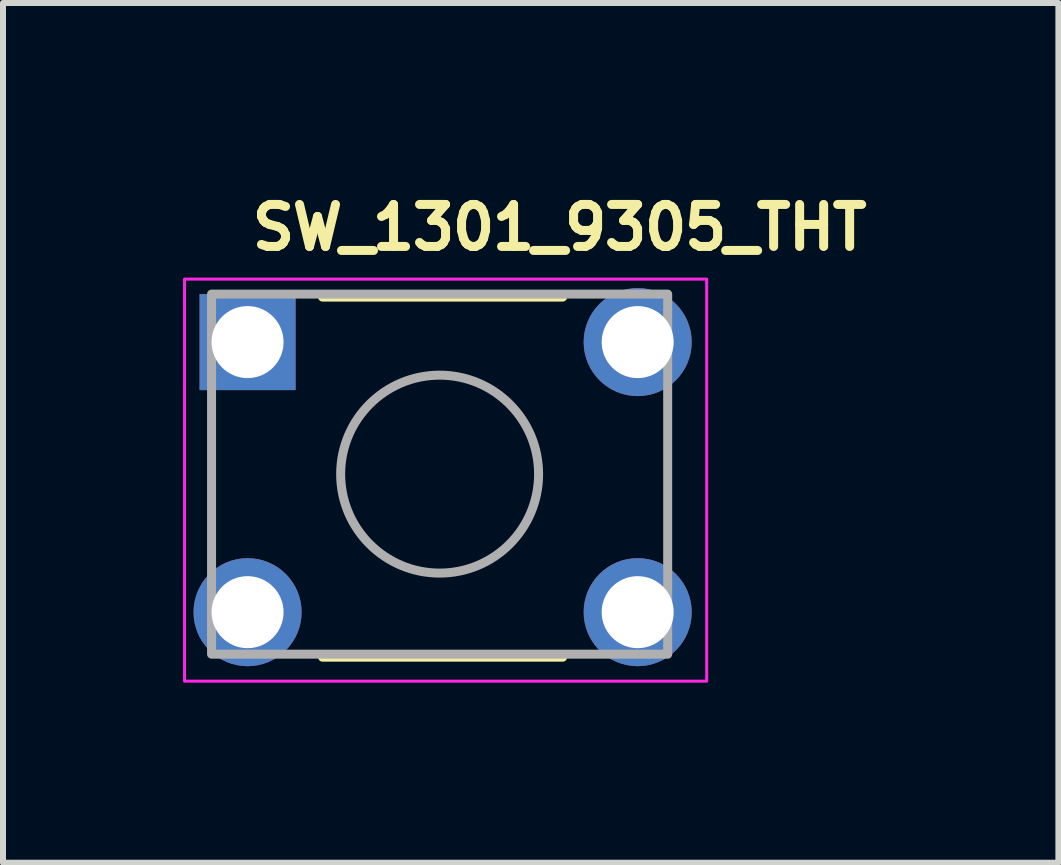
<source format=kicad_pcb>
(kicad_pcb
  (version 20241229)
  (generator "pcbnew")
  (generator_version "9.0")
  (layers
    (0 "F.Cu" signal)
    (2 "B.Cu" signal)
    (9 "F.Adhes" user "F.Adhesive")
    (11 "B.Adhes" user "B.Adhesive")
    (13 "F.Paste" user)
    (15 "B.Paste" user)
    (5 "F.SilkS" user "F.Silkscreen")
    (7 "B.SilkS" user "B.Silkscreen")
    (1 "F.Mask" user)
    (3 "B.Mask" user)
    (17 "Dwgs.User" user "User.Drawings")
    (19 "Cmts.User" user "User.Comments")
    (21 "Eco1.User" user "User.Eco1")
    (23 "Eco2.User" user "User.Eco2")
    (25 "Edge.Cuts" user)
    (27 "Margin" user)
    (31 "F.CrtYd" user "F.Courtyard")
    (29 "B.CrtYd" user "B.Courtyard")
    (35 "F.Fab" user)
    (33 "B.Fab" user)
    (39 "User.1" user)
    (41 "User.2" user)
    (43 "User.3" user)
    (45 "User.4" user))
  (footprint "SW_1301_9305_THT"
    (layer "F.Cu")
    (at 1.075 2.65)
    (property "Reference" "SW_1301_9305_THT" (at 0 -1.5 0) (layer "F.SilkS") (effects (font (size 0.7 0.7) (thickness 0.15)) (justify left bottom)))
    (attr through_hole)
    (fp_line (start 1.25 -0.75) (end 5.25 -0.75) (stroke (width 0.15) (type solid)) (layer "F.SilkS"))
    (fp_line (start 1.25 5.25) (end 5.25 5.25) (stroke (width 0.15) (type solid)) (layer "F.SilkS"))
    (fp_rect (start -1.05 -1.05) (end 7.65 5.65) (stroke (width 0.05) (type solid)) (fill no) (layer "F.CrtYd"))
    (fp_rect (start 7 -0.8) (end -0.6 5.2) (stroke (width 0.15) (type solid)) (fill no) (layer "F.Fab"))
    (fp_circle (center 3.2 2.2) (end 4.849 2.2) (stroke (width 0.15) (type solid)) (fill no) (layer "F.Fab"))
    (fp_rect (start -0.7 -0.795) (end 7.1 5.195) (stroke (width 0.1) (type solid)) (fill no) (layer "User.5"))
    (fp_line (start -0.7 -0.405) (end -0.7 0.305) (stroke (width 0.02) (type solid)) (layer "User.9"))
    (fp_line (start -0.7 -0.405) (end -0.679 -0.405) (stroke (width 0.02) (type solid)) (layer "User.9"))
    (fp_line (start -0.7 0.305) (end -0.679 0.305) (stroke (width 0.02) (type solid)) (layer "User.9"))
    (fp_line (start -0.7 4.095) (end -0.679 4.095) (stroke (width 0.02) (type solid)) (layer "User.9"))
    (fp_line (start -0.7 4.805) (end -0.7 4.095) (stroke (width 0.02) (type solid)) (layer "User.9"))
    (fp_line (start -0.7 4.805) (end -0.679 4.805) (stroke (width 0.02) (type solid)) (layer "User.9"))
    (fp_line (start -0.679 -0.405) (end -0.355 -0.405) (stroke (width 0.02) (type solid)) (layer "User.9"))
    (fp_line (start -0.679 0.305) (end -0.355 0.305) (stroke (width 0.02) (type solid)) (layer "User.9"))
    (fp_line (start -0.679 4.095) (end -0.355 4.095) (stroke (width 0.02) (type solid)) (layer "User.9"))
    (fp_line (start -0.679 4.805) (end -0.355 4.805) (stroke (width 0.02) (type solid)) (layer "User.9"))
    (fp_line (start -0.355 -0.405) (end -0.35 -0.405) (stroke (width 0.02) (type solid)) (layer "User.9"))
    (fp_line (start -0.355 0.305) (end -0.35 0.305) (stroke (width 0.02) (type solid)) (layer "User.9"))
    (fp_line (start -0.355 4.095) (end -0.35 4.095) (stroke (width 0.02) (type solid)) (layer "User.9"))
    (fp_line (start -0.355 4.805) (end -0.35 4.805) (stroke (width 0.02) (type solid)) (layer "User.9"))
    (fp_line (start -0.35 -0.405) (end -0.35 0.305) (stroke (width 0.02) (type solid)) (layer "User.9"))
    (fp_line (start -0.35 -0.405) (end -0.233 -0.405) (stroke (width 0.02) (type solid)) (layer "User.9"))
    (fp_line (start -0.35 0.305) (end -0.233 0.305) (stroke (width 0.02) (type solid)) (layer "User.9"))
    (fp_line (start -0.35 4.095) (end -0.233 4.095) (stroke (width 0.02) (type solid)) (layer "User.9"))
    (fp_line (start -0.35 4.805) (end -0.35 4.095) (stroke (width 0.02) (type solid)) (layer "User.9"))
    (fp_line (start -0.35 4.805) (end -0.233 4.805) (stroke (width 0.02) (type solid)) (layer "User.9"))
    (fp_line (start -0.233 -0.405) (end -0.233 -0.405) (stroke (width 0.02) (type solid)) (layer "User.9"))
    (fp_line (start -0.233 -0.405) (end 0.05 -0.405) (stroke (width 0.02) (type solid)) (layer "User.9"))
    (fp_line (start -0.233 0.305) (end -0.233 0.305) (stroke (width 0.02) (type solid)) (layer "User.9"))
    (fp_line (start -0.233 0.305) (end 0.05 0.305) (stroke (width 0.02) (type solid)) (layer "User.9"))
    (fp_line (start -0.233 4.095) (end -0.233 4.095) (stroke (width 0.02) (type solid)) (layer "User.9"))
    (fp_line (start -0.233 4.095) (end 0.05 4.095) (stroke (width 0.02) (type solid)) (layer "User.9"))
    (fp_line (start -0.233 4.805) (end -0.233 4.805) (stroke (width 0.02) (type solid)) (layer "User.9"))
    (fp_line (start -0.233 4.805) (end 0.05 4.805) (stroke (width 0.02) (type solid)) (layer "User.9"))
    (fp_line (start 0.05 -0.405) (end 0.205 -0.405) (stroke (width 0.02) (type solid)) (layer "User.9"))
    (fp_line (start 0.05 0.305) (end 0.205 0.305) (stroke (width 0.02) (type solid)) (layer "User.9"))
    (fp_line (start 0.05 4.095) (end 0.205 4.095) (stroke (width 0.02) (type solid)) (layer "User.9"))
    (fp_line (start 0.05 4.805) (end 0.205 4.805) (stroke (width 0.02) (type solid)) (layer "User.9"))
    (fp_line (start 0.205 -0.495) (end 0.205 4.895) (stroke (width 0.02) (type solid)) (layer "User.9"))
    (fp_line (start 0.205 -0.495) (end 0.205 4.895) (stroke (width 0.02) (type solid)) (layer "User.9"))
    (fp_line (start 0.205 4.895) (end 0.205 4.91) (stroke (width 0.02) (type solid)) (layer "User.9"))
    (fp_line (start 0.205 -0.51) (end 0.205 -0.495) (stroke (width 0.02) (type solid)) (layer "User.9"))
    (fp_line (start 0.205 4.91) (end 0.206 4.925) (stroke (width 0.02) (type solid)) (layer "User.9"))
    (fp_line (start 0.206 -0.525) (end 0.205 -0.51) (stroke (width 0.02) (type solid)) (layer "User.9"))
    (fp_line (start 0.206 4.925) (end 0.208 4.939) (stroke (width 0.02) (type solid)) (layer "User.9"))
    (fp_line (start 0.208 -0.539) (end 0.206 -0.525) (stroke (width 0.02) (type solid)) (layer "User.9"))
    (fp_line (start 0.208 4.939) (end 0.211 4.954) (stroke (width 0.02) (type solid)) (layer "User.9"))
    (fp_line (start 0.211 -0.554) (end 0.208 -0.539) (stroke (width 0.02) (type solid)) (layer "User.9"))
    (fp_line (start 0.211 4.954) (end 0.214 4.968) (stroke (width 0.02) (type solid)) (layer "User.9"))
    (fp_line (start 0.214 -0.568) (end 0.211 -0.554) (stroke (width 0.02) (type solid)) (layer "User.9"))
    (fp_line (start 0.214 4.968) (end 0.218 4.982) (stroke (width 0.02) (type solid)) (layer "User.9"))
    (fp_line (start 0.218 -0.582) (end 0.214 -0.568) (stroke (width 0.02) (type solid)) (layer "User.9"))
    (fp_line (start 0.218 4.982) (end 0.223 4.996) (stroke (width 0.02) (type solid)) (layer "User.9"))
    (fp_line (start 0.223 -0.596) (end 0.218 -0.582) (stroke (width 0.02) (type solid)) (layer "User.9"))
    (fp_line (start 0.223 4.996) (end 0.228 5.01) (stroke (width 0.02) (type solid)) (layer "User.9"))
    (fp_line (start 0.228 -0.61) (end 0.223 -0.596) (stroke (width 0.02) (type solid)) (layer "User.9"))
    (fp_line (start 0.228 5.01) (end 0.234 5.023) (stroke (width 0.02) (type solid)) (layer "User.9"))
    (fp_line (start 0.234 -0.623) (end 0.228 -0.61) (stroke (width 0.02) (type solid)) (layer "User.9"))
    (fp_line (start 0.234 5.023) (end 0.24 5.036) (stroke (width 0.02) (type solid)) (layer "User.9"))
    (fp_line (start 0.24 -0.636) (end 0.234 -0.623) (stroke (width 0.02) (type solid)) (layer "User.9"))
    (fp_line (start 0.24 5.036) (end 0.248 5.049) (stroke (width 0.02) (type solid)) (layer "User.9"))
    (fp_line (start 0.248 -0.649) (end 0.24 -0.636) (stroke (width 0.02) (type solid)) (layer "User.9"))
    (fp_line (start 0.248 5.049) (end 0.255 5.061) (stroke (width 0.02) (type solid)) (layer "User.9"))
    (fp_line (start 0.255 -0.661) (end 0.248 -0.649) (stroke (width 0.02) (type solid)) (layer "User.9"))
    (fp_line (start 0.255 5.061) (end 0.264 5.073) (stroke (width 0.02) (type solid)) (layer "User.9"))
    (fp_line (start 0.264 -0.673) (end 0.255 -0.661) (stroke (width 0.02) (type solid)) (layer "User.9"))
    (fp_line (start 0.264 5.073) (end 0.273 5.085) (stroke (width 0.02) (type solid)) (layer "User.9"))
    (fp_line (start 0.273 -0.685) (end 0.264 -0.673) (stroke (width 0.02) (type solid)) (layer "User.9"))
    (fp_line (start 0.273 5.085) (end 0.283 5.096) (stroke (width 0.02) (type solid)) (layer "User.9"))
    (fp_line (start 0.283 -0.696) (end 0.273 -0.685) (stroke (width 0.02) (type solid)) (layer "User.9"))
    (fp_line (start 0.283 5.096) (end 0.293 5.107) (stroke (width 0.02) (type solid)) (layer "User.9"))
    (fp_line (start 0.293 -0.707) (end 0.283 -0.696) (stroke (width 0.02) (type solid)) (layer "User.9"))
    (fp_line (start 0.293 -0.707) (end 0.293 -0.707) (stroke (width 0.02) (type solid)) (layer "User.9"))
    (fp_line (start 0.293 5.107) (end 0.293 5.107) (stroke (width 0.02) (type solid)) (layer "User.9"))
    (fp_line (start 0.293 5.107) (end 0.304 5.117) (stroke (width 0.02) (type solid)) (layer "User.9"))
    (fp_line (start 0.304 -0.717) (end 0.293 -0.707) (stroke (width 0.02) (type solid)) (layer "User.9"))
    (fp_line (start 0.304 5.117) (end 0.315 5.127) (stroke (width 0.02) (type solid)) (layer "User.9"))
    (fp_line (start 0.315 -0.727) (end 0.304 -0.717) (stroke (width 0.02) (type solid)) (layer "User.9"))
    (fp_line (start 0.315 5.127) (end 0.327 5.136) (stroke (width 0.02) (type solid)) (layer "User.9"))
    (fp_line (start 0.327 -0.736) (end 0.315 -0.727) (stroke (width 0.02) (type solid)) (layer "User.9"))
    (fp_line (start 0.327 5.136) (end 0.339 5.145) (stroke (width 0.02) (type solid)) (layer "User.9"))
    (fp_line (start 0.339 -0.745) (end 0.327 -0.736) (stroke (width 0.02) (type solid)) (layer "User.9"))
    (fp_line (start 0.339 5.145) (end 0.351 5.152) (stroke (width 0.02) (type solid)) (layer "User.9"))
    (fp_line (start 0.351 -0.752) (end 0.339 -0.745) (stroke (width 0.02) (type solid)) (layer "User.9"))
    (fp_line (start 0.351 5.152) (end 0.364 5.16) (stroke (width 0.02) (type solid)) (layer "User.9"))
    (fp_line (start 0.364 -0.76) (end 0.351 -0.752) (stroke (width 0.02) (type solid)) (layer "User.9"))
    (fp_line (start 0.364 5.16) (end 0.377 5.166) (stroke (width 0.02) (type solid)) (layer "User.9"))
    (fp_line (start 0.377 -0.766) (end 0.364 -0.76) (stroke (width 0.02) (type solid)) (layer "User.9"))
    (fp_line (start 0.377 5.166) (end 0.39 5.172) (stroke (width 0.02) (type solid)) (layer "User.9"))
    (fp_line (start 0.39 -0.772) (end 0.377 -0.766) (stroke (width 0.02) (type solid)) (layer "User.9"))
    (fp_line (start 0.39 5.172) (end 0.404 5.177) (stroke (width 0.02) (type solid)) (layer "User.9"))
    (fp_line (start 0.404 -0.777) (end 0.39 -0.772) (stroke (width 0.02) (type solid)) (layer "User.9"))
    (fp_line (start 0.404 5.177) (end 0.418 5.182) (stroke (width 0.02) (type solid)) (layer "User.9"))
    (fp_line (start 0.418 -0.782) (end 0.404 -0.777) (stroke (width 0.02) (type solid)) (layer "User.9"))
    (fp_line (start 0.418 5.182) (end 0.432 5.186) (stroke (width 0.02) (type solid)) (layer "User.9"))
    (fp_line (start 0.432 -0.786) (end 0.418 -0.782) (stroke (width 0.02) (type solid)) (layer "User.9"))
    (fp_line (start 0.432 5.186) (end 0.446 5.189) (stroke (width 0.02) (type solid)) (layer "User.9"))
    (fp_line (start 0.446 -0.789) (end 0.432 -0.786) (stroke (width 0.02) (type solid)) (layer "User.9"))
    (fp_line (start 0.446 5.189) (end 0.461 5.192) (stroke (width 0.02) (type solid)) (layer "User.9"))
    (fp_line (start 0.461 -0.792) (end 0.446 -0.789) (stroke (width 0.02) (type solid)) (layer "User.9"))
    (fp_line (start 0.461 5.192) (end 0.475 5.194) (stroke (width 0.02) (type solid)) (layer "User.9"))
    (fp_line (start 0.475 -0.794) (end 0.461 -0.792) (stroke (width 0.02) (type solid)) (layer "User.9"))
    (fp_line (start 0.475 5.194) (end 0.49 5.195) (stroke (width 0.02) (type solid)) (layer "User.9"))
    (fp_line (start 0.49 -0.795) (end 0.475 -0.794) (stroke (width 0.02) (type solid)) (layer "User.9"))
    (fp_line (start 0.49 5.195) (end 0.505 5.195) (stroke (width 0.02) (type solid)) (layer "User.9"))
    (fp_line (start 0.505 -0.795) (end 0.49 -0.795) (stroke (width 0.02) (type solid)) (layer "User.9"))
    (fp_line (start 0.505 5.195) (end 5.895 5.195) (stroke (width 0.02) (type solid)) (layer "User.9"))
    (fp_line (start 0.505 5.195) (end 5.895 5.195) (stroke (width 0.02) (type solid)) (layer "User.9"))
    (fp_line (start 0.75 0.2) (end 0.751 0.171) (stroke (width 0.02) (type solid)) (layer "User.9"))
    (fp_line (start 0.75 4.2) (end 0.751 4.17) (stroke (width 0.02) (type solid)) (layer "User.9"))
    (fp_line (start 0.75 4.215) (end 0.75 4.2) (stroke (width 0.02) (type solid)) (layer "User.9"))
    (fp_line (start 0.751 0.171) (end 0.754 0.142) (stroke (width 0.02) (type solid)) (layer "User.9"))
    (fp_line (start 0.751 0.229) (end 0.75 0.2) (stroke (width 0.02) (type solid)) (layer "User.9"))
    (fp_line (start 0.751 4.17) (end 0.754 4.14) (stroke (width 0.02) (type solid)) (layer "User.9"))
    (fp_line (start 0.751 4.23) (end 0.75 4.215) (stroke (width 0.02) (type solid)) (layer "User.9"))
    (fp_line (start 0.752 4.245) (end 0.751 4.23) (stroke (width 0.02) (type solid)) (layer "User.9"))
    (fp_line (start 0.754 0.142) (end 0.758 0.113) (stroke (width 0.02) (type solid)) (layer "User.9"))
    (fp_line (start 0.754 0.258) (end 0.751 0.229) (stroke (width 0.02) (type solid)) (layer "User.9"))
    (fp_line (start 0.754 4.14) (end 0.759 4.111) (stroke (width 0.02) (type solid)) (layer "User.9"))
    (fp_line (start 0.754 4.26) (end 0.752 4.245) (stroke (width 0.02) (type solid)) (layer "User.9"))
    (fp_line (start 0.756 4.274) (end 0.754 4.26) (stroke (width 0.02) (type solid)) (layer "User.9"))
    (fp_line (start 0.758 0.113) (end 0.765 0.084) (stroke (width 0.02) (type solid)) (layer "User.9"))
    (fp_line (start 0.758 0.287) (end 0.754 0.258) (stroke (width 0.02) (type solid)) (layer "User.9"))
    (fp_line (start 0.759 4.111) (end 0.766 4.083) (stroke (width 0.02) (type solid)) (layer "User.9"))
    (fp_line (start 0.759 4.289) (end 0.756 4.274) (stroke (width 0.02) (type solid)) (layer "User.9"))
    (fp_line (start 0.762 4.303) (end 0.759 4.289) (stroke (width 0.02) (type solid)) (layer "User.9"))
    (fp_line (start 0.765 0.084) (end 0.774 0.056) (stroke (width 0.02) (type solid)) (layer "User.9"))
    (fp_line (start 0.765 0.316) (end 0.758 0.287) (stroke (width 0.02) (type solid)) (layer "User.9"))
    (fp_line (start 0.766 4.083) (end 0.774 4.055) (stroke (width 0.02) (type solid)) (layer "User.9"))
    (fp_line (start 0.766 4.317) (end 0.762 4.303) (stroke (width 0.02) (type solid)) (layer "User.9"))
    (fp_line (start 0.77 4.332) (end 0.766 4.317) (stroke (width 0.02) (type solid)) (layer "User.9"))
    (fp_line (start 0.774 0.056) (end 0.784 0.029) (stroke (width 0.02) (type solid)) (layer "User.9"))
    (fp_line (start 0.774 0.344) (end 0.765 0.316) (stroke (width 0.02) (type solid)) (layer "User.9"))
    (fp_line (start 0.774 4.055) (end 0.784 4.027) (stroke (width 0.02) (type solid)) (layer "User.9"))
    (fp_line (start 0.774 4.345) (end 0.77 4.332) (stroke (width 0.02) (type solid)) (layer "User.9"))
    (fp_line (start 0.779 4.359) (end 0.774 4.345) (stroke (width 0.02) (type solid)) (layer "User.9"))
    (fp_line (start 0.784 0.029) (end 0.796 0.001) (stroke (width 0.02) (type solid)) (layer "User.9"))
    (fp_line (start 0.784 0.371) (end 0.774 0.344) (stroke (width 0.02) (type solid)) (layer "User.9"))
    (fp_line (start 0.784 4.027) (end 0.797 4.001) (stroke (width 0.02) (type solid)) (layer "User.9"))
    (fp_line (start 0.784 4.373) (end 0.779 4.359) (stroke (width 0.02) (type solid)) (layer "User.9"))
    (fp_line (start 0.79 4.386) (end 0.784 4.373) (stroke (width 0.02) (type solid)) (layer "User.9"))
    (fp_line (start 0.796 0.001) (end 0.81 -0.025) (stroke (width 0.02) (type solid)) (layer "User.9"))
    (fp_line (start 0.796 0.399) (end 0.784 0.371) (stroke (width 0.02) (type solid)) (layer "User.9"))
    (fp_line (start 0.797 4.001) (end 0.81 3.975) (stroke (width 0.02) (type solid)) (layer "User.9"))
    (fp_line (start 0.797 4.399) (end 0.79 4.386) (stroke (width 0.02) (type solid)) (layer "User.9"))
    (fp_line (start 0.803 4.412) (end 0.797 4.399) (stroke (width 0.02) (type solid)) (layer "User.9"))
    (fp_line (start 0.81 -0.025) (end 0.81 -0.025) (stroke (width 0.02) (type solid)) (layer "User.9"))
    (fp_line (start 0.81 -0.025) (end 0.818 -0.038) (stroke (width 0.02) (type solid)) (layer "User.9"))
    (fp_line (start 0.81 0.425) (end 0.796 0.399) (stroke (width 0.02) (type solid)) (layer "User.9"))
    (fp_line (start 0.81 0.425) (end 0.81 0.425) (stroke (width 0.02) (type solid)) (layer "User.9"))
    (fp_line (start 0.81 3.975) (end 0.826 3.95) (stroke (width 0.02) (type solid)) (layer "User.9"))
    (fp_line (start 0.81 4.425) (end 0.803 4.412) (stroke (width 0.02) (type solid)) (layer "User.9"))
    (fp_line (start 0.818 4.437) (end 0.81 4.425) (stroke (width 0.02) (type solid)) (layer "User.9"))
    (fp_line (start 0.818 -0.038) (end 0.826 -0.05) (stroke (width 0.02) (type solid)) (layer "User.9"))
    (fp_line (start 0.826 3.95) (end 0.843 3.927) (stroke (width 0.02) (type solid)) (layer "User.9"))
    (fp_line (start 0.826 4.45) (end 0.818 4.437) (stroke (width 0.02) (type solid)) (layer "User.9"))
    (fp_line (start 0.826 -0.05) (end 0.835 -0.063) (stroke (width 0.02) (type solid)) (layer "User.9"))
    (fp_line (start 0.826 0.45) (end 0.81 0.425) (stroke (width 0.02) (type solid)) (layer "User.9"))
    (fp_line (start 0.834 4.462) (end 0.826 4.45) (stroke (width 0.02) (type solid)) (layer "User.9"))
    (fp_line (start 0.835 -0.063) (end 0.844 -0.075) (stroke (width 0.02) (type solid)) (layer "User.9"))
    (fp_line (start 0.843 3.927) (end 0.861 3.904) (stroke (width 0.02) (type solid)) (layer "User.9"))
    (fp_line (start 0.843 4.473) (end 0.834 4.462) (stroke (width 0.02) (type solid)) (layer "User.9"))
    (fp_line (start 0.844 -0.075) (end 0.853 -0.086) (stroke (width 0.02) (type solid)) (layer "User.9"))
    (fp_line (start 0.844 0.475) (end 0.826 0.45) (stroke (width 0.02) (type solid)) (layer "User.9"))
    (fp_line (start 0.852 4.485) (end 0.843 4.473) (stroke (width 0.02) (type solid)) (layer "User.9"))
    (fp_line (start 0.853 -0.086) (end 0.862 -0.097) (stroke (width 0.02) (type solid)) (layer "User.9"))
    (fp_line (start 0.861 3.904) (end 0.881 3.882) (stroke (width 0.02) (type solid)) (layer "User.9"))
    (fp_line (start 0.861 4.496) (end 0.852 4.485) (stroke (width 0.02) (type solid)) (layer "User.9"))
    (fp_line (start 0.862 -0.097) (end 0.872 -0.108) (stroke (width 0.02) (type solid)) (layer "User.9"))
    (fp_line (start 0.862 0.497) (end 0.844 0.475) (stroke (width 0.02) (type solid)) (layer "User.9"))
    (fp_line (start 0.871 4.507) (end 0.861 4.496) (stroke (width 0.02) (type solid)) (layer "User.9"))
    (fp_line (start 0.872 -0.108) (end 0.882 -0.119) (stroke (width 0.02) (type solid)) (layer "User.9"))
    (fp_line (start 0.881 3.882) (end 0.903 3.862) (stroke (width 0.02) (type solid)) (layer "User.9"))
    (fp_line (start 0.881 4.518) (end 0.871 4.507) (stroke (width 0.02) (type solid)) (layer "User.9"))
    (fp_line (start 0.882 -0.119) (end 0.893 -0.129) (stroke (width 0.02) (type solid)) (layer "User.9"))
    (fp_line (start 0.882 0.519) (end 0.862 0.497) (stroke (width 0.02) (type solid)) (layer "User.9"))
    (fp_line (start 0.892 4.528) (end 0.881 4.518) (stroke (width 0.02) (type solid)) (layer "User.9"))
    (fp_line (start 0.893 -0.129) (end 0.904 -0.139) (stroke (width 0.02) (type solid)) (layer "User.9"))
    (fp_line (start 0.903 3.862) (end 0.925 3.844) (stroke (width 0.02) (type solid)) (layer "User.9"))
    (fp_line (start 0.903 4.538) (end 0.892 4.528) (stroke (width 0.02) (type solid)) (layer "User.9"))
    (fp_line (start 0.904 -0.139) (end 0.915 -0.148) (stroke (width 0.02) (type solid)) (layer "User.9"))
    (fp_line (start 0.904 0.539) (end 0.882 0.519) (stroke (width 0.02) (type solid)) (layer "User.9"))
    (fp_line (start 0.914 4.547) (end 0.903 4.538) (stroke (width 0.02) (type solid)) (layer "User.9"))
    (fp_line (start 0.915 -0.148) (end 0.927 -0.157) (stroke (width 0.02) (type solid)) (layer "User.9"))
    (fp_line (start 0.925 3.844) (end 0.95 3.826) (stroke (width 0.02) (type solid)) (layer "User.9"))
    (fp_line (start 0.925 4.556) (end 0.914 4.547) (stroke (width 0.02) (type solid)) (layer "User.9"))
    (fp_line (start 0.927 -0.157) (end 0.938 -0.166) (stroke (width 0.02) (type solid)) (layer "User.9"))
    (fp_line (start 0.927 0.557) (end 0.904 0.539) (stroke (width 0.02) (type solid)) (layer "User.9"))
    (fp_line (start 0.937 4.565) (end 0.925 4.556) (stroke (width 0.02) (type solid)) (layer "User.9"))
    (fp_line (start 0.938 -0.166) (end 0.95 -0.174) (stroke (width 0.02) (type solid)) (layer "User.9"))
    (fp_line (start 0.95 3.826) (end 0.975 3.81) (stroke (width 0.02) (type solid)) (layer "User.9"))
    (fp_line (start 0.95 4.574) (end 0.937 4.565) (stroke (width 0.02) (type solid)) (layer "User.9"))
    (fp_line (start 0.95 -0.174) (end 0.963 -0.182) (stroke (width 0.02) (type solid)) (layer "User.9"))
    (fp_line (start 0.95 0.574) (end 0.927 0.557) (stroke (width 0.02) (type solid)) (layer "User.9"))
    (fp_line (start 0.962 4.582) (end 0.95 4.574) (stroke (width 0.02) (type solid)) (layer "User.9"))
    (fp_line (start 0.963 -0.182) (end 0.975 -0.19) (stroke (width 0.02) (type solid)) (layer "User.9"))
    (fp_line (start 0.975 -0.19) (end 0.988 -0.197) (stroke (width 0.02) (type solid)) (layer "User.9"))
    (fp_line (start 0.975 0.59) (end 0.95 0.574) (stroke (width 0.02) (type solid)) (layer "User.9"))
    (fp_line (start 0.975 3.81) (end 0.975 3.81) (stroke (width 0.02) (type solid)) (layer "User.9"))
    (fp_line (start 0.975 3.81) (end 1.001 3.796) (stroke (width 0.02) (type solid)) (layer "User.9"))
    (fp_line (start 0.975 4.59) (end 0.962 4.582) (stroke (width 0.02) (type solid)) (layer "User.9"))
    (fp_line (start 0.975 4.59) (end 0.975 4.59) (stroke (width 0.02) (type solid)) (layer "User.9"))
    (fp_line (start 0.988 -0.197) (end 1.001 -0.203) (stroke (width 0.02) (type solid)) (layer "User.9"))
    (fp_line (start 1.001 -0.203) (end 1.014 -0.21) (stroke (width 0.02) (type solid)) (layer "User.9"))
    (fp_line (start 1.001 0.603) (end 0.975 0.59) (stroke (width 0.02) (type solid)) (layer "User.9"))
    (fp_line (start 1.001 3.796) (end 1.029 3.784) (stroke (width 0.02) (type solid)) (layer "User.9"))
    (fp_line (start 1.001 4.604) (end 0.975 4.59) (stroke (width 0.02) (type solid)) (layer "User.9"))
    (fp_line (start 1.014 -0.21) (end 1.027 -0.216) (stroke (width 0.02) (type solid)) (layer "User.9"))
    (fp_line (start 1.027 -0.216) (end 1.041 -0.221) (stroke (width 0.02) (type solid)) (layer "User.9"))
    (fp_line (start 1.027 0.616) (end 1.001 0.603) (stroke (width 0.02) (type solid)) (layer "User.9"))
    (fp_line (start 1.029 3.784) (end 1.056 3.774) (stroke (width 0.02) (type solid)) (layer "User.9"))
    (fp_line (start 1.029 4.616) (end 1.001 4.604) (stroke (width 0.02) (type solid)) (layer "User.9"))
    (fp_line (start 1.041 -0.221) (end 1.055 -0.226) (stroke (width 0.02) (type solid)) (layer "User.9"))
    (fp_line (start 1.055 -0.226) (end 1.068 -0.23) (stroke (width 0.02) (type solid)) (layer "User.9"))
    (fp_line (start 1.055 0.626) (end 1.027 0.616) (stroke (width 0.02) (type solid)) (layer "User.9"))
    (fp_line (start 1.056 3.774) (end 1.084 3.765) (stroke (width 0.02) (type solid)) (layer "User.9"))
    (fp_line (start 1.056 4.626) (end 1.029 4.616) (stroke (width 0.02) (type solid)) (layer "User.9"))
    (fp_line (start 1.068 -0.23) (end 1.083 -0.234) (stroke (width 0.02) (type solid)) (layer "User.9"))
    (fp_line (start 1.083 -0.234) (end 1.097 -0.238) (stroke (width 0.02) (type solid)) (layer "User.9"))
    (fp_line (start 1.083 0.634) (end 1.055 0.626) (stroke (width 0.02) (type solid)) (layer "User.9"))
    (fp_line (start 1.084 3.765) (end 1.113 3.758) (stroke (width 0.02) (type solid)) (layer "User.9"))
    (fp_line (start 1.084 4.635) (end 1.056 4.626) (stroke (width 0.02) (type solid)) (layer "User.9"))
    (fp_line (start 1.097 -0.238) (end 1.111 -0.241) (stroke (width 0.02) (type solid)) (layer "User.9"))
    (fp_line (start 1.111 -0.241) (end 1.126 -0.244) (stroke (width 0.02) (type solid)) (layer "User.9"))
    (fp_line (start 1.111 0.641) (end 1.083 0.634) (stroke (width 0.02) (type solid)) (layer "User.9"))
    (fp_line (start 1.113 3.758) (end 1.142 3.754) (stroke (width 0.02) (type solid)) (layer "User.9"))
    (fp_line (start 1.113 4.642) (end 1.084 4.635) (stroke (width 0.02) (type solid)) (layer "User.9"))
    (fp_line (start 1.126 -0.244) (end 1.14 -0.246) (stroke (width 0.02) (type solid)) (layer "User.9"))
    (fp_line (start 1.14 -0.246) (end 1.155 -0.248) (stroke (width 0.02) (type solid)) (layer "User.9"))
    (fp_line (start 1.14 0.646) (end 1.111 0.641) (stroke (width 0.02) (type solid)) (layer "User.9"))
    (fp_line (start 1.142 3.754) (end 1.171 3.751) (stroke (width 0.02) (type solid)) (layer "User.9"))
    (fp_line (start 1.142 4.646) (end 1.113 4.642) (stroke (width 0.02) (type solid)) (layer "User.9"))
    (fp_line (start 1.155 -0.248) (end 1.17 -0.249) (stroke (width 0.02) (type solid)) (layer "User.9"))
    (fp_line (start 1.17 -0.249) (end 1.185 -0.25) (stroke (width 0.02) (type solid)) (layer "User.9"))
    (fp_line (start 1.17 0.649) (end 1.14 0.646) (stroke (width 0.02) (type solid)) (layer "User.9"))
    (fp_line (start 1.171 3.751) (end 1.2 3.75) (stroke (width 0.02) (type solid)) (layer "User.9"))
    (fp_line (start 1.171 4.649) (end 1.142 4.646) (stroke (width 0.02) (type solid)) (layer "User.9"))
    (fp_line (start 1.185 -0.25) (end 1.2 -0.25) (stroke (width 0.02) (type solid)) (layer "User.9"))
    (fp_line (start 1.2 -0.25) (end 1.23 -0.249) (stroke (width 0.02) (type solid)) (layer "User.9"))
    (fp_line (start 1.2 0.65) (end 1.17 0.649) (stroke (width 0.02) (type solid)) (layer "User.9"))
    (fp_line (start 1.2 3.75) (end 1.229 3.751) (stroke (width 0.02) (type solid)) (layer "User.9"))
    (fp_line (start 1.2 4.65) (end 1.171 4.649) (stroke (width 0.02) (type solid)) (layer "User.9"))
    (fp_line (start 1.215 0.65) (end 1.2 0.65) (stroke (width 0.02) (type solid)) (layer "User.9"))
    (fp_line (start 1.229 3.751) (end 1.258 3.754) (stroke (width 0.02) (type solid)) (layer "User.9"))
    (fp_line (start 1.229 4.649) (end 1.2 4.65) (stroke (width 0.02) (type solid)) (layer "User.9"))
    (fp_line (start 1.23 -0.249) (end 1.26 -0.246) (stroke (width 0.02) (type solid)) (layer "User.9"))
    (fp_line (start 1.23 0.649) (end 1.215 0.65) (stroke (width 0.02) (type solid)) (layer "User.9"))
    (fp_line (start 1.245 0.648) (end 1.23 0.649) (stroke (width 0.02) (type solid)) (layer "User.9"))
    (fp_line (start 1.258 3.754) (end 1.287 3.758) (stroke (width 0.02) (type solid)) (layer "User.9"))
    (fp_line (start 1.258 4.646) (end 1.229 4.649) (stroke (width 0.02) (type solid)) (layer "User.9"))
    (fp_line (start 1.26 -0.246) (end 1.289 -0.241) (stroke (width 0.02) (type solid)) (layer "User.9"))
    (fp_line (start 1.26 0.646) (end 1.245 0.648) (stroke (width 0.02) (type solid)) (layer "User.9"))
    (fp_line (start 1.274 0.644) (end 1.26 0.646) (stroke (width 0.02) (type solid)) (layer "User.9"))
    (fp_line (start 1.287 3.758) (end 1.316 3.765) (stroke (width 0.02) (type solid)) (layer "User.9"))
    (fp_line (start 1.287 4.642) (end 1.258 4.646) (stroke (width 0.02) (type solid)) (layer "User.9"))
    (fp_line (start 1.289 -0.241) (end 1.317 -0.234) (stroke (width 0.02) (type solid)) (layer "User.9"))
    (fp_line (start 1.289 0.641) (end 1.274 0.644) (stroke (width 0.02) (type solid)) (layer "User.9"))
    (fp_line (start 1.303 0.638) (end 1.289 0.641) (stroke (width 0.02) (type solid)) (layer "User.9"))
    (fp_line (start 1.316 3.765) (end 1.344 3.774) (stroke (width 0.02) (type solid)) (layer "User.9"))
    (fp_line (start 1.316 4.635) (end 1.287 4.642) (stroke (width 0.02) (type solid)) (layer "User.9"))
    (fp_line (start 1.317 -0.234) (end 1.345 -0.226) (stroke (width 0.02) (type solid)) (layer "User.9"))
    (fp_line (start 1.317 0.634) (end 1.303 0.638) (stroke (width 0.02) (type solid)) (layer "User.9"))
    (fp_line (start 1.332 0.63) (end 1.317 0.634) (stroke (width 0.02) (type solid)) (layer "User.9"))
    (fp_line (start 1.344 3.774) (end 1.371 3.784) (stroke (width 0.02) (type solid)) (layer "User.9"))
    (fp_line (start 1.344 4.626) (end 1.316 4.635) (stroke (width 0.02) (type solid)) (layer "User.9"))
    (fp_line (start 1.345 -0.226) (end 1.373 -0.216) (stroke (width 0.02) (type solid)) (layer "User.9"))
    (fp_line (start 1.345 0.626) (end 1.332 0.63) (stroke (width 0.02) (type solid)) (layer "User.9"))
    (fp_line (start 1.359 0.621) (end 1.345 0.626) (stroke (width 0.02) (type solid)) (layer "User.9"))
    (fp_line (start 1.371 3.784) (end 1.399 3.796) (stroke (width 0.02) (type solid)) (layer "User.9"))
    (fp_line (start 1.371 4.616) (end 1.344 4.626) (stroke (width 0.02) (type solid)) (layer "User.9"))
    (fp_line (start 1.373 -0.216) (end 1.399 -0.203) (stroke (width 0.02) (type solid)) (layer "User.9"))
    (fp_line (start 1.373 0.616) (end 1.359 0.621) (stroke (width 0.02) (type solid)) (layer "User.9"))
    (fp_line (start 1.386 0.61) (end 1.373 0.616) (stroke (width 0.02) (type solid)) (layer "User.9"))
    (fp_line (start 1.399 3.796) (end 1.425 3.81) (stroke (width 0.02) (type solid)) (layer "User.9"))
    (fp_line (start 1.399 4.604) (end 1.371 4.616) (stroke (width 0.02) (type solid)) (layer "User.9"))
    (fp_line (start 1.399 -0.203) (end 1.425 -0.19) (stroke (width 0.02) (type solid)) (layer "User.9"))
    (fp_line (start 1.399 0.603) (end 1.386 0.61) (stroke (width 0.02) (type solid)) (layer "User.9"))
    (fp_line (start 1.412 0.597) (end 1.399 0.603) (stroke (width 0.02) (type solid)) (layer "User.9"))
    (fp_line (start 1.425 -0.19) (end 1.45 -0.174) (stroke (width 0.02) (type solid)) (layer "User.9"))
    (fp_line (start 1.425 0.59) (end 1.412 0.597) (stroke (width 0.02) (type solid)) (layer "User.9"))
    (fp_line (start 1.425 3.81) (end 1.425 3.81) (stroke (width 0.02) (type solid)) (layer "User.9"))
    (fp_line (start 1.425 3.81) (end 1.438 3.818) (stroke (width 0.02) (type solid)) (layer "User.9"))
    (fp_line (start 1.425 4.59) (end 1.399 4.604) (stroke (width 0.02) (type solid)) (layer "User.9"))
    (fp_line (start 1.425 4.59) (end 1.425 4.59) (stroke (width 0.02) (type solid)) (layer "User.9"))
    (fp_line (start 1.437 0.582) (end 1.425 0.59) (stroke (width 0.02) (type solid)) (layer "User.9"))
    (fp_line (start 1.438 3.818) (end 1.45 3.826) (stroke (width 0.02) (type solid)) (layer "User.9"))
    (fp_line (start 1.445 2.2) (end 1.447 2.11) (stroke (width 0.02) (type solid)) (layer "User.9"))
    (fp_line (start 1.447 2.11) (end 1.454 2.021) (stroke (width 0.02) (type solid)) (layer "User.9"))
    (fp_line (start 1.447 2.29) (end 1.445 2.2) (stroke (width 0.02) (type solid)) (layer "User.9"))
    (fp_line (start 1.45 -0.174) (end 1.473 -0.157) (stroke (width 0.02) (type solid)) (layer "User.9"))
    (fp_line (start 1.45 0.574) (end 1.437 0.582) (stroke (width 0.02) (type solid)) (layer "User.9"))
    (fp_line (start 1.45 3.826) (end 1.463 3.835) (stroke (width 0.02) (type solid)) (layer "User.9"))
    (fp_line (start 1.45 4.574) (end 1.425 4.59) (stroke (width 0.02) (type solid)) (layer "User.9"))
    (fp_line (start 1.454 2.021) (end 1.465 1.933) (stroke (width 0.02) (type solid)) (layer "User.9"))
    (fp_line (start 1.454 2.379) (end 1.447 2.29) (stroke (width 0.02) (type solid)) (layer "User.9"))
    (fp_line (start 1.462 0.566) (end 1.45 0.574) (stroke (width 0.02) (type solid)) (layer "User.9"))
    (fp_line (start 1.463 3.835) (end 1.475 3.844) (stroke (width 0.02) (type solid)) (layer "User.9"))
    (fp_line (start 1.465 1.933) (end 1.481 1.846) (stroke (width 0.02) (type solid)) (layer "User.9"))
    (fp_line (start 1.465 2.467) (end 1.454 2.379) (stroke (width 0.02) (type solid)) (layer "User.9"))
    (fp_line (start 1.473 -0.157) (end 1.496 -0.139) (stroke (width 0.02) (type solid)) (layer "User.9"))
    (fp_line (start 1.473 0.557) (end 1.462 0.566) (stroke (width 0.02) (type solid)) (layer "User.9"))
    (fp_line (start 1.475 3.844) (end 1.486 3.853) (stroke (width 0.02) (type solid)) (layer "User.9"))
    (fp_line (start 1.475 4.556) (end 1.45 4.574) (stroke (width 0.02) (type solid)) (layer "User.9"))
    (fp_line (start 1.481 1.846) (end 1.5 1.762) (stroke (width 0.02) (type solid)) (layer "User.9"))
    (fp_line (start 1.481 2.554) (end 1.465 2.467) (stroke (width 0.02) (type solid)) (layer "User.9"))
    (fp_line (start 1.485 0.548) (end 1.473 0.557) (stroke (width 0.02) (type solid)) (layer "User.9"))
    (fp_line (start 1.486 3.853) (end 1.497 3.862) (stroke (width 0.02) (type solid)) (layer "User.9"))
    (fp_line (start 1.496 -0.139) (end 1.518 -0.119) (stroke (width 0.02) (type solid)) (layer "User.9"))
    (fp_line (start 1.496 0.539) (end 1.485 0.548) (stroke (width 0.02) (type solid)) (layer "User.9"))
    (fp_line (start 1.497 3.862) (end 1.508 3.872) (stroke (width 0.02) (type solid)) (layer "User.9"))
    (fp_line (start 1.497 4.538) (end 1.475 4.556) (stroke (width 0.02) (type solid)) (layer "User.9"))
    (fp_line (start 1.5 1.762) (end 1.524 1.678) (stroke (width 0.02) (type solid)) (layer "User.9"))
    (fp_line (start 1.5 2.638) (end 1.481 2.554) (stroke (width 0.02) (type solid)) (layer "User.9"))
    (fp_line (start 1.507 0.529) (end 1.496 0.539) (stroke (width 0.02) (type solid)) (layer "User.9"))
    (fp_line (start 1.508 3.872) (end 1.519 3.882) (stroke (width 0.02) (type solid)) (layer "User.9"))
    (fp_line (start 1.518 -0.119) (end 1.538 -0.097) (stroke (width 0.02) (type solid)) (layer "User.9"))
    (fp_line (start 1.518 0.519) (end 1.507 0.529) (stroke (width 0.02) (type solid)) (layer "User.9"))
    (fp_line (start 1.519 3.882) (end 1.529 3.893) (stroke (width 0.02) (type solid)) (layer "User.9"))
    (fp_line (start 1.519 4.518) (end 1.497 4.538) (stroke (width 0.02) (type solid)) (layer "User.9"))
    (fp_line (start 1.524 1.678) (end 1.552 1.597) (stroke (width 0.02) (type solid)) (layer "User.9"))
    (fp_line (start 1.524 2.722) (end 1.5 2.638) (stroke (width 0.02) (type solid)) (layer "User.9"))
    (fp_line (start 1.528 0.508) (end 1.518 0.519) (stroke (width 0.02) (type solid)) (layer "User.9"))
    (fp_line (start 1.529 3.893) (end 1.539 3.904) (stroke (width 0.02) (type solid)) (layer "User.9"))
    (fp_line (start 1.538 -0.097) (end 1.556 -0.075) (stroke (width 0.02) (type solid)) (layer "User.9"))
    (fp_line (start 1.538 0.497) (end 1.528 0.508) (stroke (width 0.02) (type solid)) (layer "User.9"))
    (fp_line (start 1.539 3.904) (end 1.548 3.915) (stroke (width 0.02) (type solid)) (layer "User.9"))
    (fp_line (start 1.539 4.496) (end 1.519 4.518) (stroke (width 0.02) (type solid)) (layer "User.9"))
    (fp_line (start 1.547 0.486) (end 1.538 0.497) (stroke (width 0.02) (type solid)) (layer "User.9"))
    (fp_line (start 1.548 3.915) (end 1.557 3.927) (stroke (width 0.02) (type solid)) (layer "User.9"))
    (fp_line (start 1.552 1.597) (end 1.583 1.517) (stroke (width 0.02) (type solid)) (layer "User.9"))
    (fp_line (start 1.552 2.803) (end 1.524 2.722) (stroke (width 0.02) (type solid)) (layer "User.9"))
    (fp_line (start 1.556 -0.075) (end 1.574 -0.05) (stroke (width 0.02) (type solid)) (layer "User.9"))
    (fp_line (start 1.556 0.475) (end 1.547 0.486) (stroke (width 0.02) (type solid)) (layer "User.9"))
    (fp_line (start 1.557 3.927) (end 1.566 3.938) (stroke (width 0.02) (type solid)) (layer "User.9"))
    (fp_line (start 1.557 4.473) (end 1.539 4.496) (stroke (width 0.02) (type solid)) (layer "User.9"))
    (fp_line (start 1.565 0.463) (end 1.556 0.475) (stroke (width 0.02) (type solid)) (layer "User.9"))
    (fp_line (start 1.566 3.938) (end 1.574 3.95) (stroke (width 0.02) (type solid)) (layer "User.9"))
    (fp_line (start 1.574 -0.05) (end 1.59 -0.025) (stroke (width 0.02) (type solid)) (layer "User.9"))
    (fp_line (start 1.574 0.45) (end 1.565 0.463) (stroke (width 0.02) (type solid)) (layer "User.9"))
    (fp_line (start 1.574 3.95) (end 1.582 3.963) (stroke (width 0.02) (type solid)) (layer "User.9"))
    (fp_line (start 1.574 4.45) (end 1.557 4.473) (stroke (width 0.02) (type solid)) (layer "User.9"))
    (fp_line (start 1.582 0.438) (end 1.574 0.45) (stroke (width 0.02) (type solid)) (layer "User.9"))
    (fp_line (start 1.582 3.963) (end 1.59 3.975) (stroke (width 0.02) (type solid)) (layer "User.9"))
    (fp_line (start 1.583 1.517) (end 1.618 1.439) (stroke (width 0.02) (type solid)) (layer "User.9"))
    (fp_line (start 1.583 2.883) (end 1.552 2.803) (stroke (width 0.02) (type solid)) (layer "User.9"))
    (fp_line (start 1.59 -0.025) (end 1.59 -0.025) (stroke (width 0.02) (type solid)) (layer "User.9"))
    (fp_line (start 1.59 -0.025) (end 1.604 0.001) (stroke (width 0.02) (type solid)) (layer "User.9"))
    (fp_line (start 1.59 0.425) (end 1.582 0.438) (stroke (width 0.02) (type solid)) (layer "User.9"))
    (fp_line (start 1.59 0.425) (end 1.59 0.425) (stroke (width 0.02) (type solid)) (layer "User.9"))
    (fp_line (start 1.59 3.975) (end 1.597 3.988) (stroke (width 0.02) (type solid)) (layer "User.9"))
    (fp_line (start 1.59 4.425) (end 1.574 4.45) (stroke (width 0.02) (type solid)) (layer "User.9"))
    (fp_line (start 1.597 3.988) (end 1.603 4.001) (stroke (width 0.02) (type solid)) (layer "User.9"))
    (fp_line (start 1.603 4.001) (end 1.61 4.014) (stroke (width 0.02) (type solid)) (layer "User.9"))
    (fp_line (start 1.603 4.399) (end 1.59 4.425) (stroke (width 0.02) (type solid)) (layer "User.9"))
    (fp_line (start 1.604 0.001) (end 1.616 0.029) (stroke (width 0.02) (type solid)) (layer "User.9"))
    (fp_line (start 1.604 0.399) (end 1.59 0.425) (stroke (width 0.02) (type solid)) (layer "User.9"))
    (fp_line (start 1.61 4.014) (end 1.616 4.027) (stroke (width 0.02) (type solid)) (layer "User.9"))
    (fp_line (start 1.616 4.027) (end 1.621 4.041) (stroke (width 0.02) (type solid)) (layer "User.9"))
    (fp_line (start 1.616 4.373) (end 1.603 4.399) (stroke (width 0.02) (type solid)) (layer "User.9"))
    (fp_line (start 1.616 0.029) (end 1.626 0.056) (stroke (width 0.02) (type solid)) (layer "User.9"))
    (fp_line (start 1.616 0.371) (end 1.604 0.399) (stroke (width 0.02) (type solid)) (layer "User.9"))
    (fp_line (start 1.618 1.439) (end 1.657 1.364) (stroke (width 0.02) (type solid)) (layer "User.9"))
    (fp_line (start 1.618 2.961) (end 1.583 2.883) (stroke (width 0.02) (type solid)) (layer "User.9"))
    (fp_line (start 1.621 4.041) (end 1.626 4.055) (stroke (width 0.02) (type solid)) (layer "User.9"))
    (fp_line (start 1.626 4.055) (end 1.63 4.068) (stroke (width 0.02) (type solid)) (layer "User.9"))
    (fp_line (start 1.626 4.345) (end 1.616 4.373) (stroke (width 0.02) (type solid)) (layer "User.9"))
    (fp_line (start 1.626 0.056) (end 1.635 0.084) (stroke (width 0.02) (type solid)) (layer "User.9"))
    (fp_line (start 1.626 0.344) (end 1.616 0.371) (stroke (width 0.02) (type solid)) (layer "User.9"))
    (fp_line (start 1.63 4.068) (end 1.634 4.083) (stroke (width 0.02) (type solid)) (layer "User.9"))
    (fp_line (start 1.634 4.083) (end 1.638 4.097) (stroke (width 0.02) (type solid)) (layer "User.9"))
    (fp_line (start 1.634 4.317) (end 1.626 4.345) (stroke (width 0.02) (type solid)) (layer "User.9"))
    (fp_line (start 1.635 0.084) (end 1.642 0.113) (stroke (width 0.02) (type solid)) (layer "User.9"))
    (fp_line (start 1.635 0.316) (end 1.626 0.344) (stroke (width 0.02) (type solid)) (layer "User.9"))
    (fp_line (start 1.638 4.097) (end 1.641 4.111) (stroke (width 0.02) (type solid)) (layer "User.9"))
    (fp_line (start 1.641 4.111) (end 1.644 4.126) (stroke (width 0.02) (type solid)) (layer "User.9"))
    (fp_line (start 1.641 4.289) (end 1.634 4.317) (stroke (width 0.02) (type solid)) (layer "User.9"))
    (fp_line (start 1.642 0.113) (end 1.646 0.142) (stroke (width 0.02) (type solid)) (layer "User.9"))
    (fp_line (start 1.642 0.287) (end 1.635 0.316) (stroke (width 0.02) (type solid)) (layer "User.9"))
    (fp_line (start 1.644 4.126) (end 1.646 4.14) (stroke (width 0.02) (type solid)) (layer "User.9"))
    (fp_line (start 1.646 4.14) (end 1.648 4.155) (stroke (width 0.02) (type solid)) (layer "User.9"))
    (fp_line (start 1.646 4.26) (end 1.641 4.289) (stroke (width 0.02) (type solid)) (layer "User.9"))
    (fp_line (start 1.646 0.142) (end 1.649 0.171) (stroke (width 0.02) (type solid)) (layer "User.9"))
    (fp_line (start 1.646 0.258) (end 1.642 0.287) (stroke (width 0.02) (type solid)) (layer "User.9"))
    (fp_line (start 1.648 4.155) (end 1.649 4.17) (stroke (width 0.02) (type solid)) (layer "User.9"))
    (fp_line (start 1.649 4.17) (end 1.65 4.185) (stroke (width 0.02) (type solid)) (layer "User.9"))
    (fp_line (start 1.649 4.23) (end 1.646 4.26) (stroke (width 0.02) (type solid)) (layer "User.9"))
    (fp_line (start 1.649 0.171) (end 1.65 0.2) (stroke (width 0.02) (type solid)) (layer "User.9"))
    (fp_line (start 1.649 0.229) (end 1.646 0.258) (stroke (width 0.02) (type solid)) (layer "User.9"))
    (fp_line (start 1.65 4.185) (end 1.65 4.2) (stroke (width 0.02) (type solid)) (layer "User.9"))
    (fp_line (start 1.65 0.2) (end 1.649 0.229) (stroke (width 0.02) (type solid)) (layer "User.9"))
    (fp_line (start 1.65 4.2) (end 1.649 4.23) (stroke (width 0.02) (type solid)) (layer "User.9"))
    (fp_line (start 1.657 1.364) (end 1.699 1.29) (stroke (width 0.02) (type solid)) (layer "User.9"))
    (fp_line (start 1.657 3.036) (end 1.618 2.961) (stroke (width 0.02) (type solid)) (layer "User.9"))
    (fp_line (start 1.699 1.29) (end 1.745 1.219) (stroke (width 0.02) (type solid)) (layer "User.9"))
    (fp_line (start 1.699 3.11) (end 1.657 3.036) (stroke (width 0.02) (type solid)) (layer "User.9"))
    (fp_line (start 1.745 1.219) (end 1.794 1.15) (stroke (width 0.02) (type solid)) (layer "User.9"))
    (fp_line (start 1.745 3.181) (end 1.699 3.11) (stroke (width 0.02) (type solid)) (layer "User.9"))
    (fp_line (start 1.794 1.15) (end 1.846 1.084) (stroke (width 0.02) (type solid)) (layer "User.9"))
    (fp_line (start 1.794 3.25) (end 1.745 3.181) (stroke (width 0.02) (type solid)) (layer "User.9"))
    (fp_line (start 1.846 1.084) (end 1.901 1.021) (stroke (width 0.02) (type solid)) (layer "User.9"))
    (fp_line (start 1.846 3.316) (end 1.794 3.25) (stroke (width 0.02) (type solid)) (layer "User.9"))
    (fp_line (start 1.901 1.021) (end 1.959 0.96) (stroke (width 0.02) (type solid)) (layer "User.9"))
    (fp_line (start 1.901 3.38) (end 1.846 3.316) (stroke (width 0.02) (type solid)) (layer "User.9"))
    (fp_line (start 1.959 0.96) (end 2.02 0.902) (stroke (width 0.02) (type solid)) (layer "User.9"))
    (fp_line (start 1.959 3.44) (end 1.901 3.38) (stroke (width 0.02) (type solid)) (layer "User.9"))
    (fp_line (start 2.02 0.902) (end 2.084 0.846) (stroke (width 0.02) (type solid)) (layer "User.9"))
    (fp_line (start 2.02 3.499) (end 1.959 3.44) (stroke (width 0.02) (type solid)) (layer "User.9"))
    (fp_line (start 2.084 0.846) (end 2.15 0.794) (stroke (width 0.02) (type solid)) (layer "User.9"))
    (fp_line (start 2.084 3.554) (end 2.02 3.499) (stroke (width 0.02) (type solid)) (layer "User.9"))
    (fp_line (start 2.15 0.794) (end 2.219 0.745) (stroke (width 0.02) (type solid)) (layer "User.9"))
    (fp_line (start 2.15 3.606) (end 2.084 3.554) (stroke (width 0.02) (type solid)) (layer "User.9"))
    (fp_line (start 2.219 0.745) (end 2.29 0.7) (stroke (width 0.02) (type solid)) (layer "User.9"))
    (fp_line (start 2.219 3.655) (end 2.15 3.606) (stroke (width 0.02) (type solid)) (layer "User.9"))
    (fp_line (start 2.29 0.7) (end 2.364 0.658) (stroke (width 0.02) (type solid)) (layer "User.9"))
    (fp_line (start 2.29 3.7) (end 2.219 3.655) (stroke (width 0.02) (type solid)) (layer "User.9"))
    (fp_line (start 2.364 0.658) (end 2.439 0.619) (stroke (width 0.02) (type solid)) (layer "User.9"))
    (fp_line (start 2.364 3.743) (end 2.29 3.7) (stroke (width 0.02) (type solid)) (layer "User.9"))
    (fp_line (start 2.439 0.619) (end 2.517 0.584) (stroke (width 0.02) (type solid)) (layer "User.9"))
    (fp_line (start 2.439 3.781) (end 2.364 3.743) (stroke (width 0.02) (type solid)) (layer "User.9"))
    (fp_line (start 2.517 0.584) (end 2.597 0.552) (stroke (width 0.02) (type solid)) (layer "User.9"))
    (fp_line (start 2.517 3.816) (end 2.439 3.781) (stroke (width 0.02) (type solid)) (layer "User.9"))
    (fp_line (start 2.597 0.552) (end 2.678 0.525) (stroke (width 0.02) (type solid)) (layer "User.9"))
    (fp_line (start 2.597 3.848) (end 2.517 3.816) (stroke (width 0.02) (type solid)) (layer "User.9"))
    (fp_line (start 2.678 0.525) (end 2.761 0.501) (stroke (width 0.02) (type solid)) (layer "User.9"))
    (fp_line (start 2.678 3.875) (end 2.597 3.848) (stroke (width 0.02) (type solid)) (layer "User.9"))
    (fp_line (start 2.761 0.501) (end 2.846 0.481) (stroke (width 0.02) (type solid)) (layer "User.9"))
    (fp_line (start 2.762 3.899) (end 2.678 3.875) (stroke (width 0.02) (type solid)) (layer "User.9"))
    (fp_line (start 2.846 0.481) (end 2.933 0.466) (stroke (width 0.02) (type solid)) (layer "User.9"))
    (fp_line (start 2.846 3.919) (end 2.762 3.899) (stroke (width 0.02) (type solid)) (layer "User.9"))
    (fp_line (start 2.933 0.466) (end 3.021 0.455) (stroke (width 0.02) (type solid)) (layer "User.9"))
    (fp_line (start 2.933 3.934) (end 2.846 3.919) (stroke (width 0.02) (type solid)) (layer "User.9"))
    (fp_line (start 3.021 0.455) (end 3.11 0.448) (stroke (width 0.02) (type solid)) (layer "User.9"))
    (fp_line (start 3.021 3.945) (end 2.933 3.934) (stroke (width 0.02) (type solid)) (layer "User.9"))
    (fp_line (start 3.11 0.448) (end 3.2 0.446) (stroke (width 0.02) (type solid)) (layer "User.9"))
    (fp_line (start 3.11 3.952) (end 3.021 3.945) (stroke (width 0.02) (type solid)) (layer "User.9"))
    (fp_line (start 3.2 0.446) (end 3.2 0.446) (stroke (width 0.02) (type solid)) (layer "User.9"))
    (fp_line (start 3.2 0.446) (end 3.29 0.448) (stroke (width 0.02) (type solid)) (layer "User.9"))
    (fp_line (start 3.2 3.954) (end 3.11 3.952) (stroke (width 0.02) (type solid)) (layer "User.9"))
    (fp_line (start 3.2 3.954) (end 3.2 3.954) (stroke (width 0.02) (type solid)) (layer "User.9"))
    (fp_line (start 3.29 0.448) (end 3.379 0.455) (stroke (width 0.02) (type solid)) (layer "User.9"))
    (fp_line (start 3.29 3.952) (end 3.2 3.954) (stroke (width 0.02) (type solid)) (layer "User.9"))
    (fp_line (start 3.379 0.455) (end 3.467 0.466) (stroke (width 0.02) (type solid)) (layer "User.9"))
    (fp_line (start 3.379 3.945) (end 3.29 3.952) (stroke (width 0.02) (type solid)) (layer "User.9"))
    (fp_line (start 3.467 0.466) (end 3.554 0.481) (stroke (width 0.02) (type solid)) (layer "User.9"))
    (fp_line (start 3.467 3.934) (end 3.379 3.945) (stroke (width 0.02) (type solid)) (layer "User.9"))
    (fp_line (start 3.554 0.481) (end 3.638 0.501) (stroke (width 0.02) (type solid)) (layer "User.9"))
    (fp_line (start 3.554 3.919) (end 3.467 3.934) (stroke (width 0.02) (type solid)) (layer "User.9"))
    (fp_line (start 3.638 0.501) (end 3.722 0.525) (stroke (width 0.02) (type solid)) (layer "User.9"))
    (fp_line (start 3.639 3.899) (end 3.554 3.919) (stroke (width 0.02) (type solid)) (layer "User.9"))
    (fp_line (start 3.722 0.525) (end 3.803 0.552) (stroke (width 0.02) (type solid)) (layer "User.9"))
    (fp_line (start 3.722 3.875) (end 3.639 3.899) (stroke (width 0.02) (type solid)) (layer "User.9"))
    (fp_line (start 3.803 0.552) (end 3.883 0.584) (stroke (width 0.02) (type solid)) (layer "User.9"))
    (fp_line (start 3.803 3.848) (end 3.722 3.875) (stroke (width 0.02) (type solid)) (layer "User.9"))
    (fp_line (start 3.883 0.584) (end 3.961 0.619) (stroke (width 0.02) (type solid)) (layer "User.9"))
    (fp_line (start 3.883 3.816) (end 3.803 3.848) (stroke (width 0.02) (type solid)) (layer "User.9"))
    (fp_line (start 3.961 0.619) (end 4.036 0.657) (stroke (width 0.02) (type solid)) (layer "User.9"))
    (fp_line (start 3.961 3.781) (end 3.883 3.816) (stroke (width 0.02) (type solid)) (layer "User.9"))
    (fp_line (start 4.036 0.657) (end 4.11 0.7) (stroke (width 0.02) (type solid)) (layer "User.9"))
    (fp_line (start 4.036 3.742) (end 3.961 3.781) (stroke (width 0.02) (type solid)) (layer "User.9"))
    (fp_line (start 4.11 0.7) (end 4.181 0.745) (stroke (width 0.02) (type solid)) (layer "User.9"))
    (fp_line (start 4.11 3.7) (end 4.036 3.742) (stroke (width 0.02) (type solid)) (layer "User.9"))
    (fp_line (start 4.181 0.745) (end 4.25 0.794) (stroke (width 0.02) (type solid)) (layer "User.9"))
    (fp_line (start 4.181 3.655) (end 4.11 3.7) (stroke (width 0.02) (type solid)) (layer "User.9"))
    (fp_line (start 4.25 0.794) (end 4.316 0.846) (stroke (width 0.02) (type solid)) (layer "User.9"))
    (fp_line (start 4.25 3.606) (end 4.181 3.655) (stroke (width 0.02) (type solid)) (layer "User.9"))
    (fp_line (start 4.316 0.846) (end 4.38 0.901) (stroke (width 0.02) (type solid)) (layer "User.9"))
    (fp_line (start 4.316 3.554) (end 4.25 3.606) (stroke (width 0.02) (type solid)) (layer "User.9"))
    (fp_line (start 4.38 0.901) (end 4.441 0.96) (stroke (width 0.02) (type solid)) (layer "User.9"))
    (fp_line (start 4.38 3.498) (end 4.316 3.554) (stroke (width 0.02) (type solid)) (layer "User.9"))
    (fp_line (start 4.441 0.96) (end 4.499 1.02) (stroke (width 0.02) (type solid)) (layer "User.9"))
    (fp_line (start 4.441 3.44) (end 4.38 3.498) (stroke (width 0.02) (type solid)) (layer "User.9"))
    (fp_line (start 4.499 1.02) (end 4.554 1.084) (stroke (width 0.02) (type solid)) (layer "User.9"))
    (fp_line (start 4.499 3.379) (end 4.441 3.44) (stroke (width 0.02) (type solid)) (layer "User.9"))
    (fp_line (start 4.554 1.084) (end 4.606 1.15) (stroke (width 0.02) (type solid)) (layer "User.9"))
    (fp_line (start 4.554 3.316) (end 4.499 3.379) (stroke (width 0.02) (type solid)) (layer "User.9"))
    (fp_line (start 4.606 1.15) (end 4.655 1.219) (stroke (width 0.02) (type solid)) (layer "User.9"))
    (fp_line (start 4.606 3.25) (end 4.554 3.316) (stroke (width 0.02) (type solid)) (layer "User.9"))
    (fp_line (start 4.655 1.219) (end 4.701 1.29) (stroke (width 0.02) (type solid)) (layer "User.9"))
    (fp_line (start 4.655 3.181) (end 4.606 3.25) (stroke (width 0.02) (type solid)) (layer "User.9"))
    (fp_line (start 4.701 1.29) (end 4.743 1.364) (stroke (width 0.02) (type solid)) (layer "User.9"))
    (fp_line (start 4.701 3.11) (end 4.655 3.181) (stroke (width 0.02) (type solid)) (layer "User.9"))
    (fp_line (start 4.743 1.364) (end 4.782 1.439) (stroke (width 0.02) (type solid)) (layer "User.9"))
    (fp_line (start 4.743 3.036) (end 4.701 3.11) (stroke (width 0.02) (type solid)) (layer "User.9"))
    (fp_line (start 4.75 0.2) (end 4.751 0.17) (stroke (width 0.02) (type solid)) (layer "User.9"))
    (fp_line (start 4.75 4.2) (end 4.751 4.171) (stroke (width 0.02) (type solid)) (layer "User.9"))
    (fp_line (start 4.75 0.215) (end 4.75 0.2) (stroke (width 0.02) (type solid)) (layer "User.9"))
    (fp_line (start 4.751 4.171) (end 4.754 4.142) (stroke (width 0.02) (type solid)) (layer "User.9"))
    (fp_line (start 4.751 4.229) (end 4.75 4.2) (stroke (width 0.02) (type solid)) (layer "User.9"))
    (fp_line (start 4.751 0.17) (end 4.754 0.14) (stroke (width 0.02) (type solid)) (layer "User.9"))
    (fp_line (start 4.751 0.23) (end 4.75 0.215) (stroke (width 0.02) (type solid)) (layer "User.9"))
    (fp_line (start 4.752 0.245) (end 4.751 0.23) (stroke (width 0.02) (type solid)) (layer "User.9"))
    (fp_line (start 4.754 4.142) (end 4.758 4.113) (stroke (width 0.02) (type solid)) (layer "User.9"))
    (fp_line (start 4.754 4.258) (end 4.751 4.229) (stroke (width 0.02) (type solid)) (layer "User.9"))
    (fp_line (start 4.754 0.14) (end 4.759 0.111) (stroke (width 0.02) (type solid)) (layer "User.9"))
    (fp_line (start 4.754 0.26) (end 4.752 0.245) (stroke (width 0.02) (type solid)) (layer "User.9"))
    (fp_line (start 4.756 0.274) (end 4.754 0.26) (stroke (width 0.02) (type solid)) (layer "User.9"))
    (fp_line (start 4.758 4.113) (end 4.765 4.084) (stroke (width 0.02) (type solid)) (layer "User.9"))
    (fp_line (start 4.758 4.287) (end 4.754 4.258) (stroke (width 0.02) (type solid)) (layer "User.9"))
    (fp_line (start 4.759 0.111) (end 4.766 0.083) (stroke (width 0.02) (type solid)) (layer "User.9"))
    (fp_line (start 4.759 0.289) (end 4.756 0.274) (stroke (width 0.02) (type solid)) (layer "User.9"))
    (fp_line (start 4.762 0.303) (end 4.759 0.289) (stroke (width 0.02) (type solid)) (layer "User.9"))
    (fp_line (start 4.765 4.084) (end 4.774 4.056) (stroke (width 0.02) (type solid)) (layer "User.9"))
    (fp_line (start 4.765 4.316) (end 4.758 4.287) (stroke (width 0.02) (type solid)) (layer "User.9"))
    (fp_line (start 4.766 0.083) (end 4.774 0.055) (stroke (width 0.02) (type solid)) (layer "User.9"))
    (fp_line (start 4.766 0.317) (end 4.762 0.303) (stroke (width 0.02) (type solid)) (layer "User.9"))
    (fp_line (start 4.77 0.332) (end 4.766 0.317) (stroke (width 0.02) (type solid)) (layer "User.9"))
    (fp_line (start 4.774 4.056) (end 4.784 4.029) (stroke (width 0.02) (type solid)) (layer "User.9"))
    (fp_line (start 4.774 4.344) (end 4.765 4.316) (stroke (width 0.02) (type solid)) (layer "User.9"))
    (fp_line (start 4.774 0.055) (end 4.784 0.027) (stroke (width 0.02) (type solid)) (layer "User.9"))
    (fp_line (start 4.774 0.345) (end 4.77 0.332) (stroke (width 0.02) (type solid)) (layer "User.9"))
    (fp_line (start 4.779 0.359) (end 4.774 0.345) (stroke (width 0.02) (type solid)) (layer "User.9"))
    (fp_line (start 4.782 1.439) (end 4.817 1.517) (stroke (width 0.02) (type solid)) (layer "User.9"))
    (fp_line (start 4.782 2.961) (end 4.743 3.036) (stroke (width 0.02) (type solid)) (layer "User.9"))
    (fp_line (start 4.784 4.029) (end 4.796 4.001) (stroke (width 0.02) (type solid)) (layer "User.9"))
    (fp_line (start 4.784 4.371) (end 4.774 4.344) (stroke (width 0.02) (type solid)) (layer "User.9"))
    (fp_line (start 4.784 0.027) (end 4.797 0.001) (stroke (width 0.02) (type solid)) (layer "User.9"))
    (fp_line (start 4.784 0.373) (end 4.779 0.359) (stroke (width 0.02) (type solid)) (layer "User.9"))
    (fp_line (start 4.79 0.386) (end 4.784 0.373) (stroke (width 0.02) (type solid)) (layer "User.9"))
    (fp_line (start 4.796 4.001) (end 4.81 3.975) (stroke (width 0.02) (type solid)) (layer "User.9"))
    (fp_line (start 4.796 4.399) (end 4.784 4.371) (stroke (width 0.02) (type solid)) (layer "User.9"))
    (fp_line (start 4.797 0.001) (end 4.81 -0.025) (stroke (width 0.02) (type solid)) (layer "User.9"))
    (fp_line (start 4.797 0.399) (end 4.79 0.386) (stroke (width 0.02) (type solid)) (layer "User.9"))
    (fp_line (start 4.803 0.412) (end 4.797 0.399) (stroke (width 0.02) (type solid)) (layer "User.9"))
    (fp_line (start 4.81 -0.025) (end 4.826 -0.05) (stroke (width 0.02) (type solid)) (layer "User.9"))
    (fp_line (start 4.81 0.425) (end 4.803 0.412) (stroke (width 0.02) (type solid)) (layer "User.9"))
    (fp_line (start 4.81 3.975) (end 4.81 3.975) (stroke (width 0.02) (type solid)) (layer "User.9"))
    (fp_line (start 4.81 3.975) (end 4.818 3.962) (stroke (width 0.02) (type solid)) (layer "User.9"))
    (fp_line (start 4.81 4.425) (end 4.796 4.399) (stroke (width 0.02) (type solid)) (layer "User.9"))
    (fp_line (start 4.81 4.425) (end 4.81 4.425) (stroke (width 0.02) (type solid)) (layer "User.9"))
    (fp_line (start 4.817 1.517) (end 4.848 1.597) (stroke (width 0.02) (type solid)) (layer "User.9"))
    (fp_line (start 4.817 2.883) (end 4.782 2.961) (stroke (width 0.02) (type solid)) (layer "User.9"))
    (fp_line (start 4.818 0.437) (end 4.81 0.425) (stroke (width 0.02) (type solid)) (layer "User.9"))
    (fp_line (start 4.818 3.962) (end 4.826 3.95) (stroke (width 0.02) (type solid)) (layer "User.9"))
    (fp_line (start 4.826 -0.05) (end 4.843 -0.073) (stroke (width 0.02) (type solid)) (layer "User.9"))
    (fp_line (start 4.826 0.45) (end 4.818 0.437) (stroke (width 0.02) (type solid)) (layer "User.9"))
    (fp_line (start 4.826 3.95) (end 4.835 3.937) (stroke (width 0.02) (type solid)) (layer "User.9"))
    (fp_line (start 4.826 4.45) (end 4.81 4.425) (stroke (width 0.02) (type solid)) (layer "User.9"))
    (fp_line (start 4.834 0.462) (end 4.826 0.45) (stroke (width 0.02) (type solid)) (layer "User.9"))
    (fp_line (start 4.835 3.937) (end 4.844 3.925) (stroke (width 0.02) (type solid)) (layer "User.9"))
    (fp_line (start 4.843 -0.073) (end 4.861 -0.096) (stroke (width 0.02) (type solid)) (layer "User.9"))
    (fp_line (start 4.843 0.473) (end 4.834 0.462) (stroke (width 0.02) (type solid)) (layer "User.9"))
    (fp_line (start 4.844 3.925) (end 4.853 3.914) (stroke (width 0.02) (type solid)) (layer "User.9"))
    (fp_line (start 4.844 4.475) (end 4.826 4.45) (stroke (width 0.02) (type solid)) (layer "User.9"))
    (fp_line (start 4.848 1.597) (end 4.876 1.678) (stroke (width 0.02) (type solid)) (layer "User.9"))
    (fp_line (start 4.848 2.803) (end 4.817 2.883) (stroke (width 0.02) (type solid)) (layer "User.9"))
    (fp_line (start 4.852 0.485) (end 4.843 0.473) (stroke (width 0.02) (type solid)) (layer "User.9"))
    (fp_line (start 4.853 3.914) (end 4.862 3.903) (stroke (width 0.02) (type solid)) (layer "User.9"))
    (fp_line (start 4.861 -0.096) (end 4.881 -0.118) (stroke (width 0.02) (type solid)) (layer "User.9"))
    (fp_line (start 4.861 0.496) (end 4.852 0.485) (stroke (width 0.02) (type solid)) (layer "User.9"))
    (fp_line (start 4.862 3.903) (end 4.872 3.892) (stroke (width 0.02) (type solid)) (layer "User.9"))
    (fp_line (start 4.862 4.497) (end 4.844 4.475) (stroke (width 0.02) (type solid)) (layer "User.9"))
    (fp_line (start 4.871 0.507) (end 4.861 0.496) (stroke (width 0.02) (type solid)) (layer "User.9"))
    (fp_line (start 4.872 3.892) (end 4.882 3.881) (stroke (width 0.02) (type solid)) (layer "User.9"))
    (fp_line (start 4.876 1.678) (end 4.9 1.762) (stroke (width 0.02) (type solid)) (layer "User.9"))
    (fp_line (start 4.876 2.722) (end 4.848 2.803) (stroke (width 0.02) (type solid)) (layer "User.9"))
    (fp_line (start 4.881 -0.118) (end 4.903 -0.138) (stroke (width 0.02) (type solid)) (layer "User.9"))
    (fp_line (start 4.881 0.518) (end 4.871 0.507) (stroke (width 0.02) (type solid)) (layer "User.9"))
    (fp_line (start 4.882 3.881) (end 4.893 3.871) (stroke (width 0.02) (type solid)) (layer "User.9"))
    (fp_line (start 4.882 4.519) (end 4.862 4.497) (stroke (width 0.02) (type solid)) (layer "User.9"))
    (fp_line (start 4.892 0.528) (end 4.881 0.518) (stroke (width 0.02) (type solid)) (layer "User.9"))
    (fp_line (start 4.893 3.871) (end 4.904 3.861) (stroke (width 0.02) (type solid)) (layer "User.9"))
    (fp_line (start 4.9 1.762) (end 4.919 1.846) (stroke (width 0.02) (type solid)) (layer "User.9"))
    (fp_line (start 4.9 2.638) (end 4.876 2.722) (stroke (width 0.02) (type solid)) (layer "User.9"))
    (fp_line (start 4.903 -0.138) (end 4.925 -0.156) (stroke (width 0.02) (type solid)) (layer "User.9"))
    (fp_line (start 4.903 0.538) (end 4.892 0.528) (stroke (width 0.02) (type solid)) (layer "User.9"))
    (fp_line (start 4.904 3.861) (end 4.915 3.852) (stroke (width 0.02) (type solid)) (layer "User.9"))
    (fp_line (start 4.904 4.539) (end 4.882 4.519) (stroke (width 0.02) (type solid)) (layer "User.9"))
    (fp_line (start 4.914 0.547) (end 4.903 0.538) (stroke (width 0.02) (type solid)) (layer "User.9"))
    (fp_line (start 4.915 3.852) (end 4.927 3.843) (stroke (width 0.02) (type solid)) (layer "User.9"))
    (fp_line (start 4.919 1.846) (end 4.935 1.933) (stroke (width 0.02) (type solid)) (layer "User.9"))
    (fp_line (start 4.919 2.554) (end 4.9 2.638) (stroke (width 0.02) (type solid)) (layer "User.9"))
    (fp_line (start 4.925 -0.156) (end 4.95 -0.174) (stroke (width 0.02) (type solid)) (layer "User.9"))
    (fp_line (start 4.925 0.556) (end 4.914 0.547) (stroke (width 0.02) (type solid)) (layer "User.9"))
    (fp_line (start 4.927 3.843) (end 4.938 3.834) (stroke (width 0.02) (type solid)) (layer "User.9"))
    (fp_line (start 4.927 4.557) (end 4.904 4.539) (stroke (width 0.02) (type solid)) (layer "User.9"))
    (fp_line (start 4.935 1.933) (end 4.946 2.021) (stroke (width 0.02) (type solid)) (layer "User.9"))
    (fp_line (start 4.935 2.467) (end 4.919 2.554) (stroke (width 0.02) (type solid)) (layer "User.9"))
    (fp_line (start 4.937 0.565) (end 4.925 0.556) (stroke (width 0.02) (type solid)) (layer "User.9"))
    (fp_line (start 4.938 3.834) (end 4.95 3.826) (stroke (width 0.02) (type solid)) (layer "User.9"))
    (fp_line (start 4.946 2.021) (end 4.953 2.11) (stroke (width 0.02) (type solid)) (layer "User.9"))
    (fp_line (start 4.946 2.379) (end 4.935 2.467) (stroke (width 0.02) (type solid)) (layer "User.9"))
    (fp_line (start 4.95 -0.174) (end 4.975 -0.19) (stroke (width 0.02) (type solid)) (layer "User.9"))
    (fp_line (start 4.95 0.574) (end 4.937 0.565) (stroke (width 0.02) (type solid)) (layer "User.9"))
    (fp_line (start 4.95 3.826) (end 4.963 3.818) (stroke (width 0.02) (type solid)) (layer "User.9"))
    (fp_line (start 4.95 4.574) (end 4.927 4.557) (stroke (width 0.02) (type solid)) (layer "User.9"))
    (fp_line (start 4.953 2.11) (end 4.955 2.2) (stroke (width 0.02) (type solid)) (layer "User.9"))
    (fp_line (start 4.953 2.29) (end 4.946 2.379) (stroke (width 0.02) (type solid)) (layer "User.9"))
    (fp_line (start 4.955 2.2) (end 4.953 2.29) (stroke (width 0.02) (type solid)) (layer "User.9"))
    (fp_line (start 4.962 0.582) (end 4.95 0.574) (stroke (width 0.02) (type solid)) (layer "User.9"))
    (fp_line (start 4.963 3.818) (end 4.975 3.81) (stroke (width 0.02) (type solid)) (layer "User.9"))
    (fp_line (start 4.975 -0.19) (end 4.975 -0.19) (stroke (width 0.02) (type solid)) (layer "User.9"))
    (fp_line (start 4.975 -0.19) (end 5.001 -0.204) (stroke (width 0.02) (type solid)) (layer "User.9"))
    (fp_line (start 4.975 0.59) (end 4.962 0.582) (stroke (width 0.02) (type solid)) (layer "User.9"))
    (fp_line (start 4.975 0.59) (end 4.975 0.59) (stroke (width 0.02) (type solid)) (layer "User.9"))
    (fp_line (start 4.975 3.81) (end 4.988 3.803) (stroke (width 0.02) (type solid)) (layer "User.9"))
    (fp_line (start 4.975 4.59) (end 4.95 4.574) (stroke (width 0.02) (type solid)) (layer "User.9"))
    (fp_line (start 4.988 3.803) (end 5.001 3.797) (stroke (width 0.02) (type solid)) (layer "User.9"))
    (fp_line (start 5.001 3.797) (end 5.014 3.79) (stroke (width 0.02) (type solid)) (layer "User.9"))
    (fp_line (start 5.001 4.603) (end 4.975 4.59) (stroke (width 0.02) (type solid)) (layer "User.9"))
    (fp_line (start 5.001 -0.204) (end 5.029 -0.216) (stroke (width 0.02) (type solid)) (layer "User.9"))
    (fp_line (start 5.001 0.604) (end 4.975 0.59) (stroke (width 0.02) (type solid)) (layer "User.9"))
    (fp_line (start 5.014 3.79) (end 5.027 3.784) (stroke (width 0.02) (type solid)) (layer "User.9"))
    (fp_line (start 5.027 3.784) (end 5.041 3.779) (stroke (width 0.02) (type solid)) (layer "User.9"))
    (fp_line (start 5.027 4.616) (end 5.001 4.603) (stroke (width 0.02) (type solid)) (layer "User.9"))
    (fp_line (start 5.029 -0.216) (end 5.056 -0.226) (stroke (width 0.02) (type solid)) (layer "User.9"))
    (fp_line (start 5.029 0.616) (end 5.001 0.604) (stroke (width 0.02) (type solid)) (layer "User.9"))
    (fp_line (start 5.041 3.779) (end 5.055 3.774) (stroke (width 0.02) (type solid)) (layer "User.9"))
    (fp_line (start 5.055 3.774) (end 5.068 3.77) (stroke (width 0.02) (type solid)) (layer "User.9"))
    (fp_line (start 5.055 4.626) (end 5.027 4.616) (stroke (width 0.02) (type solid)) (layer "User.9"))
    (fp_line (start 5.056 -0.226) (end 5.084 -0.235) (stroke (width 0.02) (type solid)) (layer "User.9"))
    (fp_line (start 5.056 0.626) (end 5.029 0.616) (stroke (width 0.02) (type solid)) (layer "User.9"))
    (fp_line (start 5.068 3.77) (end 5.083 3.766) (stroke (width 0.02) (type solid)) (layer "User.9"))
    (fp_line (start 5.083 3.766) (end 5.097 3.762) (stroke (width 0.02) (type solid)) (layer "User.9"))
    (fp_line (start 5.083 4.634) (end 5.055 4.626) (stroke (width 0.02) (type solid)) (layer "User.9"))
    (fp_line (start 5.084 -0.235) (end 5.113 -0.242) (stroke (width 0.02) (type solid)) (layer "User.9"))
    (fp_line (start 5.084 0.635) (end 5.056 0.626) (stroke (width 0.02) (type solid)) (layer "User.9"))
    (fp_line (start 5.097 3.762) (end 5.111 3.759) (stroke (width 0.02) (type solid)) (layer "User.9"))
    (fp_line (start 5.111 3.759) (end 5.126 3.756) (stroke (width 0.02) (type solid)) (layer "User.9"))
    (fp_line (start 5.111 4.641) (end 5.083 4.634) (stroke (width 0.02) (type solid)) (layer "User.9"))
    (fp_line (start 5.113 -0.242) (end 5.142 -0.246) (stroke (width 0.02) (type solid)) (layer "User.9"))
    (fp_line (start 5.113 0.642) (end 5.084 0.635) (stroke (width 0.02) (type solid)) (layer "User.9"))
    (fp_line (start 5.126 3.756) (end 5.14 3.754) (stroke (width 0.02) (type solid)) (layer "User.9"))
    (fp_line (start 5.14 3.754) (end 5.155 3.752) (stroke (width 0.02) (type solid)) (layer "User.9"))
    (fp_line (start 5.14 4.646) (end 5.111 4.641) (stroke (width 0.02) (type solid)) (layer "User.9"))
    (fp_line (start 5.142 -0.246) (end 5.171 -0.249) (stroke (width 0.02) (type solid)) (layer "User.9"))
    (fp_line (start 5.142 0.646) (end 5.113 0.642) (stroke (width 0.02) (type solid)) (layer "User.9"))
    (fp_line (start 5.155 3.752) (end 5.17 3.751) (stroke (width 0.02) (type solid)) (layer "User.9"))
    (fp_line (start 5.17 3.751) (end 5.185 3.75) (stroke (width 0.02) (type solid)) (layer "User.9"))
    (fp_line (start 5.17 4.649) (end 5.14 4.646) (stroke (width 0.02) (type solid)) (layer "User.9"))
    (fp_line (start 5.171 -0.249) (end 5.2 -0.25) (stroke (width 0.02) (type solid)) (layer "User.9"))
    (fp_line (start 5.171 0.649) (end 5.142 0.646) (stroke (width 0.02) (type solid)) (layer "User.9"))
    (fp_line (start 5.185 3.75) (end 5.2 3.75) (stroke (width 0.02) (type solid)) (layer "User.9"))
    (fp_line (start 5.2 -0.25) (end 5.229 -0.249) (stroke (width 0.02) (type solid)) (layer "User.9"))
    (fp_line (start 5.2 0.65) (end 5.171 0.649) (stroke (width 0.02) (type solid)) (layer "User.9"))
    (fp_line (start 5.2 3.75) (end 5.23 3.751) (stroke (width 0.02) (type solid)) (layer "User.9"))
    (fp_line (start 5.2 4.65) (end 5.17 4.649) (stroke (width 0.02) (type solid)) (layer "User.9"))
    (fp_line (start 5.215 4.65) (end 5.2 4.65) (stroke (width 0.02) (type solid)) (layer "User.9"))
    (fp_line (start 5.229 -0.249) (end 5.258 -0.246) (stroke (width 0.02) (type solid)) (layer "User.9"))
    (fp_line (start 5.229 0.649) (end 5.2 0.65) (stroke (width 0.02) (type solid)) (layer "User.9"))
    (fp_line (start 5.23 3.751) (end 5.26 3.754) (stroke (width 0.02) (type solid)) (layer "User.9"))
    (fp_line (start 5.23 4.649) (end 5.215 4.65) (stroke (width 0.02) (type solid)) (layer "User.9"))
    (fp_line (start 5.245 4.648) (end 5.23 4.649) (stroke (width 0.02) (type solid)) (layer "User.9"))
    (fp_line (start 5.258 -0.246) (end 5.287 -0.242) (stroke (width 0.02) (type solid)) (layer "User.9"))
    (fp_line (start 5.258 0.646) (end 5.229 0.649) (stroke (width 0.02) (type solid)) (layer "User.9"))
    (fp_line (start 5.26 3.754) (end 5.289 3.759) (stroke (width 0.02) (type solid)) (layer "User.9"))
    (fp_line (start 5.26 4.646) (end 5.245 4.648) (stroke (width 0.02) (type solid)) (layer "User.9"))
    (fp_line (start 5.274 4.644) (end 5.26 4.646) (stroke (width 0.02) (type solid)) (layer "User.9"))
    (fp_line (start 5.287 -0.242) (end 5.316 -0.235) (stroke (width 0.02) (type solid)) (layer "User.9"))
    (fp_line (start 5.287 0.642) (end 5.258 0.646) (stroke (width 0.02) (type solid)) (layer "User.9"))
    (fp_line (start 5.289 3.759) (end 5.317 3.766) (stroke (width 0.02) (type solid)) (layer "User.9"))
    (fp_line (start 5.289 4.641) (end 5.274 4.644) (stroke (width 0.02) (type solid)) (layer "User.9"))
    (fp_line (start 5.303 4.638) (end 5.289 4.641) (stroke (width 0.02) (type solid)) (layer "User.9"))
    (fp_line (start 5.316 -0.235) (end 5.344 -0.226) (stroke (width 0.02) (type solid)) (layer "User.9"))
    (fp_line (start 5.316 0.635) (end 5.287 0.642) (stroke (width 0.02) (type solid)) (layer "User.9"))
    (fp_line (start 5.317 3.766) (end 5.345 3.774) (stroke (width 0.02) (type solid)) (layer "User.9"))
    (fp_line (start 5.317 4.634) (end 5.303 4.638) (stroke (width 0.02) (type solid)) (layer "User.9"))
    (fp_line (start 5.332 4.63) (end 5.317 4.634) (stroke (width 0.02) (type solid)) (layer "User.9"))
    (fp_line (start 5.344 -0.226) (end 5.371 -0.216) (stroke (width 0.02) (type solid)) (layer "User.9"))
    (fp_line (start 5.344 0.626) (end 5.316 0.635) (stroke (width 0.02) (type solid)) (layer "User.9"))
    (fp_line (start 5.345 3.774) (end 5.373 3.784) (stroke (width 0.02) (type solid)) (layer "User.9"))
    (fp_line (start 5.345 4.626) (end 5.332 4.63) (stroke (width 0.02) (type solid)) (layer "User.9"))
    (fp_line (start 5.359 4.621) (end 5.345 4.626) (stroke (width 0.02) (type solid)) (layer "User.9"))
    (fp_line (start 5.371 -0.216) (end 5.399 -0.204) (stroke (width 0.02) (type solid)) (layer "User.9"))
    (fp_line (start 5.371 0.616) (end 5.344 0.626) (stroke (width 0.02) (type solid)) (layer "User.9"))
    (fp_line (start 5.373 3.784) (end 5.399 3.797) (stroke (width 0.02) (type solid)) (layer "User.9"))
    (fp_line (start 5.373 4.616) (end 5.359 4.621) (stroke (width 0.02) (type solid)) (layer "User.9"))
    (fp_line (start 5.386 4.61) (end 5.373 4.616) (stroke (width 0.02) (type solid)) (layer "User.9"))
    (fp_line (start 5.399 -0.204) (end 5.425 -0.19) (stroke (width 0.02) (type solid)) (layer "User.9"))
    (fp_line (start 5.399 0.604) (end 5.371 0.616) (stroke (width 0.02) (type solid)) (layer "User.9"))
    (fp_line (start 5.399 3.797) (end 5.425 3.81) (stroke (width 0.02) (type solid)) (layer "User.9"))
    (fp_line (start 5.399 4.603) (end 5.386 4.61) (stroke (width 0.02) (type solid)) (layer "User.9"))
    (fp_line (start 5.412 4.597) (end 5.399 4.603) (stroke (width 0.02) (type solid)) (layer "User.9"))
    (fp_line (start 5.425 -0.19) (end 5.425 -0.19) (stroke (width 0.02) (type solid)) (layer "User.9"))
    (fp_line (start 5.425 -0.19) (end 5.438 -0.182) (stroke (width 0.02) (type solid)) (layer "User.9"))
    (fp_line (start 5.425 0.59) (end 5.399 0.604) (stroke (width 0.02) (type solid)) (layer "User.9"))
    (fp_line (start 5.425 0.59) (end 5.425 0.59) (stroke (width 0.02) (type solid)) (layer "User.9"))
    (fp_line (start 5.425 3.81) (end 5.45 3.826) (stroke (width 0.02) (type solid)) (layer "User.9"))
    (fp_line (start 5.425 4.59) (end 5.412 4.597) (stroke (width 0.02) (type solid)) (layer "User.9"))
    (fp_line (start 5.437 4.582) (end 5.425 4.59) (stroke (width 0.02) (type solid)) (layer "User.9"))
    (fp_line (start 5.438 -0.182) (end 5.45 -0.174) (stroke (width 0.02) (type solid)) (layer "User.9"))
    (fp_line (start 5.45 3.826) (end 5.473 3.843) (stroke (width 0.02) (type solid)) (layer "User.9"))
    (fp_line (start 5.45 4.574) (end 5.437 4.582) (stroke (width 0.02) (type solid)) (layer "User.9"))
    (fp_line (start 5.45 -0.174) (end 5.463 -0.165) (stroke (width 0.02) (type solid)) (layer "User.9"))
    (fp_line (start 5.45 0.574) (end 5.425 0.59) (stroke (width 0.02) (type solid)) (layer "User.9"))
    (fp_line (start 5.462 4.566) (end 5.45 4.574) (stroke (width 0.02) (type solid)) (layer "User.9"))
    (fp_line (start 5.463 -0.165) (end 5.475 -0.156) (stroke (width 0.02) (type solid)) (layer "User.9"))
    (fp_line (start 5.473 3.843) (end 5.496 3.861) (stroke (width 0.02) (type solid)) (layer "User.9"))
    (fp_line (start 5.473 4.557) (end 5.462 4.566) (stroke (width 0.02) (type solid)) (layer "User.9"))
    (fp_line (start 5.475 -0.156) (end 5.486 -0.147) (stroke (width 0.02) (type solid)) (layer "User.9"))
    (fp_line (start 5.475 0.556) (end 5.45 0.574) (stroke (width 0.02) (type solid)) (layer "User.9"))
    (fp_line (start 5.485 4.548) (end 5.473 4.557) (stroke (width 0.02) (type solid)) (layer "User.9"))
    (fp_line (start 5.486 -0.147) (end 5.497 -0.138) (stroke (width 0.02) (type solid)) (layer "User.9"))
    (fp_line (start 5.496 3.861) (end 5.518 3.881) (stroke (width 0.02) (type solid)) (layer "User.9"))
    (fp_line (start 5.496 4.539) (end 5.485 4.548) (stroke (width 0.02) (type solid)) (layer "User.9"))
    (fp_line (start 5.497 -0.138) (end 5.508 -0.128) (stroke (width 0.02) (type solid)) (layer "User.9"))
    (fp_line (start 5.497 0.538) (end 5.475 0.556) (stroke (width 0.02) (type solid)) (layer "User.9"))
    (fp_line (start 5.507 4.529) (end 5.496 4.539) (stroke (width 0.02) (type solid)) (layer "User.9"))
    (fp_line (start 5.508 -0.128) (end 5.519 -0.118) (stroke (width 0.02) (type solid)) (layer "User.9"))
    (fp_line (start 5.518 3.881) (end 5.538 3.903) (stroke (width 0.02) (type solid)) (layer "User.9"))
    (fp_line (start 5.518 4.519) (end 5.507 4.529) (stroke (width 0.02) (type solid)) (layer "User.9"))
    (fp_line (start 5.519 -0.118) (end 5.529 -0.107) (stroke (width 0.02) (type solid)) (layer "User.9"))
    (fp_line (start 5.519 0.518) (end 5.497 0.538) (stroke (width 0.02) (type solid)) (layer "User.9"))
    (fp_line (start 5.528 4.508) (end 5.518 4.519) (stroke (width 0.02) (type solid)) (layer "User.9"))
    (fp_line (start 5.529 -0.107) (end 5.539 -0.096) (stroke (width 0.02) (type solid)) (layer "User.9"))
    (fp_line (start 5.538 3.903) (end 5.556 3.925) (stroke (width 0.02) (type solid)) (layer "User.9"))
    (fp_line (start 5.538 4.497) (end 5.528 4.508) (stroke (width 0.02) (type solid)) (layer "User.9"))
    (fp_line (start 5.539 -0.096) (end 5.548 -0.085) (stroke (width 0.02) (type solid)) (layer "User.9"))
    (fp_line (start 5.539 0.496) (end 5.519 0.518) (stroke (width 0.02) (type solid)) (layer "User.9"))
    (fp_line (start 5.547 4.486) (end 5.538 4.497) (stroke (width 0.02) (type solid)) (layer "User.9"))
    (fp_line (start 5.548 -0.085) (end 5.557 -0.073) (stroke (width 0.02) (type solid)) (layer "User.9"))
    (fp_line (start 5.556 3.925) (end 5.574 3.95) (stroke (width 0.02) (type solid)) (layer "User.9"))
    (fp_line (start 5.556 4.475) (end 5.547 4.486) (stroke (width 0.02) (type solid)) (layer "User.9"))
    (fp_line (start 5.557 -0.073) (end 5.566 -0.062) (stroke (width 0.02) (type solid)) (layer "User.9"))
    (fp_line (start 5.557 0.473) (end 5.539 0.496) (stroke (width 0.02) (type solid)) (layer "User.9"))
    (fp_line (start 5.565 4.463) (end 5.556 4.475) (stroke (width 0.02) (type solid)) (layer "User.9"))
    (fp_line (start 5.566 -0.062) (end 5.574 -0.05) (stroke (width 0.02) (type solid)) (layer "User.9"))
    (fp_line (start 5.574 3.95) (end 5.59 3.975) (stroke (width 0.02) (type solid)) (layer "User.9"))
    (fp_line (start 5.574 4.45) (end 5.565 4.463) (stroke (width 0.02) (type solid)) (layer "User.9"))
    (fp_line (start 5.574 -0.05) (end 5.582 -0.037) (stroke (width 0.02) (type solid)) (layer "User.9"))
    (fp_line (start 5.574 0.45) (end 5.557 0.473) (stroke (width 0.02) (type solid)) (layer "User.9"))
    (fp_line (start 5.582 4.438) (end 5.574 4.45) (stroke (width 0.02) (type solid)) (layer "User.9"))
    (fp_line (start 5.582 -0.037) (end 5.59 -0.025) (stroke (width 0.02) (type solid)) (layer "User.9"))
    (fp_line (start 5.59 -0.025) (end 5.597 -0.012) (stroke (width 0.02) (type solid)) (layer "User.9"))
    (fp_line (start 5.59 0.425) (end 5.574 0.45) (stroke (width 0.02) (type solid)) (layer "User.9"))
    (fp_line (start 5.59 3.975) (end 5.59 3.975) (stroke (width 0.02) (type solid)) (layer "User.9"))
    (fp_line (start 5.59 3.975) (end 5.604 4.001) (stroke (width 0.02) (type solid)) (layer "User.9"))
    (fp_line (start 5.59 4.425) (end 5.582 4.438) (stroke (width 0.02) (type solid)) (layer "User.9"))
    (fp_line (start 5.59 4.425) (end 5.59 4.425) (stroke (width 0.02) (type solid)) (layer "User.9"))
    (fp_line (start 5.597 -0.012) (end 5.603 0.001) (stroke (width 0.02) (type solid)) (layer "User.9"))
    (fp_line (start 5.603 0.001) (end 5.61 0.014) (stroke (width 0.02) (type solid)) (layer "User.9"))
    (fp_line (start 5.603 0.399) (end 5.59 0.425) (stroke (width 0.02) (type solid)) (layer "User.9"))
    (fp_line (start 5.604 4.001) (end 5.616 4.029) (stroke (width 0.02) (type solid)) (layer "User.9"))
    (fp_line (start 5.604 4.399) (end 5.59 4.425) (stroke (width 0.02) (type solid)) (layer "User.9"))
    (fp_line (start 5.61 0.014) (end 5.616 0.027) (stroke (width 0.02) (type solid)) (layer "User.9"))
    (fp_line (start 5.616 0.027) (end 5.621 0.041) (stroke (width 0.02) (type solid)) (layer "User.9"))
    (fp_line (start 5.616 0.373) (end 5.603 0.399) (stroke (width 0.02) (type solid)) (layer "User.9"))
    (fp_line (start 5.616 4.029) (end 5.626 4.056) (stroke (width 0.02) (type solid)) (layer "User.9"))
    (fp_line (start 5.616 4.371) (end 5.604 4.399) (stroke (width 0.02) (type solid)) (layer "User.9"))
    (fp_line (start 5.621 0.041) (end 5.626 0.055) (stroke (width 0.02) (type solid)) (layer "User.9"))
    (fp_line (start 5.626 0.055) (end 5.63 0.068) (stroke (width 0.02) (type solid)) (layer "User.9"))
    (fp_line (start 5.626 0.345) (end 5.616 0.373) (stroke (width 0.02) (type solid)) (layer "User.9"))
    (fp_line (start 5.626 4.056) (end 5.635 4.084) (stroke (width 0.02) (type solid)) (layer "User.9"))
    (fp_line (start 5.626 4.344) (end 5.616 4.371) (stroke (width 0.02) (type solid)) (layer "User.9"))
    (fp_line (start 5.63 0.068) (end 5.634 0.083) (stroke (width 0.02) (type solid)) (layer "User.9"))
    (fp_line (start 5.634 0.083) (end 5.638 0.097) (stroke (width 0.02) (type solid)) (layer "User.9"))
    (fp_line (start 5.634 0.317) (end 5.626 0.345) (stroke (width 0.02) (type solid)) (layer "User.9"))
    (fp_line (start 5.635 4.084) (end 5.642 4.113) (stroke (width 0.02) (type solid)) (layer "User.9"))
    (fp_line (start 5.635 4.316) (end 5.626 4.344) (stroke (width 0.02) (type solid)) (layer "User.9"))
    (fp_line (start 5.638 0.097) (end 5.641 0.111) (stroke (width 0.02) (type solid)) (layer "User.9"))
    (fp_line (start 5.641 0.111) (end 5.644 0.126) (stroke (width 0.02) (type solid)) (layer "User.9"))
    (fp_line (start 5.641 0.289) (end 5.634 0.317) (stroke (width 0.02) (type solid)) (layer "User.9"))
    (fp_line (start 5.642 4.113) (end 5.646 4.142) (stroke (width 0.02) (type solid)) (layer "User.9"))
    (fp_line (start 5.642 4.287) (end 5.635 4.316) (stroke (width 0.02) (type solid)) (layer "User.9"))
    (fp_line (start 5.644 0.126) (end 5.646 0.14) (stroke (width 0.02) (type solid)) (layer "User.9"))
    (fp_line (start 5.646 0.14) (end 5.648 0.155) (stroke (width 0.02) (type solid)) (layer "User.9"))
    (fp_line (start 5.646 0.26) (end 5.641 0.289) (stroke (width 0.02) (type solid)) (layer "User.9"))
    (fp_line (start 5.646 4.142) (end 5.649 4.171) (stroke (width 0.02) (type solid)) (layer "User.9"))
    (fp_line (start 5.646 4.258) (end 5.642 4.287) (stroke (width 0.02) (type solid)) (layer "User.9"))
    (fp_line (start 5.648 0.155) (end 5.649 0.17) (stroke (width 0.02) (type solid)) (layer "User.9"))
    (fp_line (start 5.649 0.17) (end 5.65 0.185) (stroke (width 0.02) (type solid)) (layer "User.9"))
    (fp_line (start 5.649 0.23) (end 5.646 0.26) (stroke (width 0.02) (type solid)) (layer "User.9"))
    (fp_line (start 5.649 4.171) (end 5.65 4.2) (stroke (width 0.02) (type solid)) (layer "User.9"))
    (fp_line (start 5.649 4.229) (end 5.646 4.258) (stroke (width 0.02) (type solid)) (layer "User.9"))
    (fp_line (start 5.65 0.185) (end 5.65 0.2) (stroke (width 0.02) (type solid)) (layer "User.9"))
    (fp_line (start 5.65 0.2) (end 5.649 0.23) (stroke (width 0.02) (type solid)) (layer "User.9"))
    (fp_line (start 5.65 4.2) (end 5.649 4.229) (stroke (width 0.02) (type solid)) (layer "User.9"))
    (fp_line (start 5.895 -0.795) (end 0.505 -0.795) (stroke (width 0.02) (type solid)) (layer "User.9"))
    (fp_line (start 5.895 -0.795) (end 0.505 -0.795) (stroke (width 0.02) (type solid)) (layer "User.9"))
    (fp_line (start 5.895 5.195) (end 5.91 5.195) (stroke (width 0.02) (type solid)) (layer "User.9"))
    (fp_line (start 5.91 -0.795) (end 5.895 -0.795) (stroke (width 0.02) (type solid)) (layer "User.9"))
    (fp_line (start 5.91 5.195) (end 5.925 5.194) (stroke (width 0.02) (type solid)) (layer "User.9"))
    (fp_line (start 5.925 -0.794) (end 5.91 -0.795) (stroke (width 0.02) (type solid)) (layer "User.9"))
    (fp_line (start 5.925 5.194) (end 5.939 5.192) (stroke (width 0.02) (type solid)) (layer "User.9"))
    (fp_line (start 5.939 -0.792) (end 5.925 -0.794) (stroke (width 0.02) (type solid)) (layer "User.9"))
    (fp_line (start 5.939 5.192) (end 5.954 5.189) (stroke (width 0.02) (type solid)) (layer "User.9"))
    (fp_line (start 5.954 -0.789) (end 5.939 -0.792) (stroke (width 0.02) (type solid)) (layer "User.9"))
    (fp_line (start 5.954 5.189) (end 5.968 5.186) (stroke (width 0.02) (type solid)) (layer "User.9"))
    (fp_line (start 5.968 -0.786) (end 5.954 -0.789) (stroke (width 0.02) (type solid)) (layer "User.9"))
    (fp_line (start 5.968 5.186) (end 5.982 5.182) (stroke (width 0.02) (type solid)) (layer "User.9"))
    (fp_line (start 5.982 -0.782) (end 5.968 -0.786) (stroke (width 0.02) (type solid)) (layer "User.9"))
    (fp_line (start 5.982 5.182) (end 5.996 5.177) (stroke (width 0.02) (type solid)) (layer "User.9"))
    (fp_line (start 5.996 -0.777) (end 5.982 -0.782) (stroke (width 0.02) (type solid)) (layer "User.9"))
    (fp_line (start 5.996 5.177) (end 6.01 5.172) (stroke (width 0.02) (type solid)) (layer "User.9"))
    (fp_line (start 6.01 -0.772) (end 5.996 -0.777) (stroke (width 0.02) (type solid)) (layer "User.9"))
    (fp_line (start 6.01 5.172) (end 6.023 5.166) (stroke (width 0.02) (type solid)) (layer "User.9"))
    (fp_line (start 6.023 -0.766) (end 6.01 -0.772) (stroke (width 0.02) (type solid)) (layer "User.9"))
    (fp_line (start 6.023 5.166) (end 6.036 5.16) (stroke (width 0.02) (type solid)) (layer "User.9"))
    (fp_line (start 6.036 -0.76) (end 6.023 -0.766) (stroke (width 0.02) (type solid)) (layer "User.9"))
    (fp_line (start 6.036 5.16) (end 6.049 5.152) (stroke (width 0.02) (type solid)) (layer "User.9"))
    (fp_line (start 6.049 -0.752) (end 6.036 -0.76) (stroke (width 0.02) (type solid)) (layer "User.9"))
    (fp_line (start 6.049 5.152) (end 6.061 5.145) (stroke (width 0.02) (type solid)) (layer "User.9"))
    (fp_line (start 6.061 -0.745) (end 6.049 -0.752) (stroke (width 0.02) (type solid)) (layer "User.9"))
    (fp_line (start 6.061 5.145) (end 6.073 5.136) (stroke (width 0.02) (type solid)) (layer "User.9"))
    (fp_line (start 6.073 -0.736) (end 6.061 -0.745) (stroke (width 0.02) (type solid)) (layer "User.9"))
    (fp_line (start 6.073 5.136) (end 6.085 5.127) (stroke (width 0.02) (type solid)) (layer "User.9"))
    (fp_line (start 6.085 -0.727) (end 6.073 -0.736) (stroke (width 0.02) (type solid)) (layer "User.9"))
    (fp_line (start 6.085 5.127) (end 6.096 5.117) (stroke (width 0.02) (type solid)) (layer "User.9"))
    (fp_line (start 6.096 -0.717) (end 6.085 -0.727) (stroke (width 0.02) (type solid)) (layer "User.9"))
    (fp_line (start 6.096 5.117) (end 6.107 5.107) (stroke (width 0.02) (type solid)) (layer "User.9"))
    (fp_line (start 6.107 -0.707) (end 6.096 -0.717) (stroke (width 0.02) (type solid)) (layer "User.9"))
    (fp_line (start 6.107 -0.707) (end 6.107 -0.707) (stroke (width 0.02) (type solid)) (layer "User.9"))
    (fp_line (start 6.107 5.107) (end 6.107 5.107) (stroke (width 0.02) (type solid)) (layer "User.9"))
    (fp_line (start 6.107 5.107) (end 6.117 5.096) (stroke (width 0.02) (type solid)) (layer "User.9"))
    (fp_line (start 6.117 -0.696) (end 6.107 -0.707) (stroke (width 0.02) (type solid)) (layer "User.9"))
    (fp_line (start 6.117 5.096) (end 6.127 5.085) (stroke (width 0.02) (type solid)) (layer "User.9"))
    (fp_line (start 6.127 -0.685) (end 6.117 -0.696) (stroke (width 0.02) (type solid)) (layer "User.9"))
    (fp_line (start 6.127 5.085) (end 6.136 5.073) (stroke (width 0.02) (type solid)) (layer "User.9"))
    (fp_line (start 6.136 -0.673) (end 6.127 -0.685) (stroke (width 0.02) (type solid)) (layer "User.9"))
    (fp_line (start 6.136 5.073) (end 6.145 5.061) (stroke (width 0.02) (type solid)) (layer "User.9"))
    (fp_line (start 6.145 -0.661) (end 6.136 -0.673) (stroke (width 0.02) (type solid)) (layer "User.9"))
    (fp_line (start 6.145 5.061) (end 6.152 5.049) (stroke (width 0.02) (type solid)) (layer "User.9"))
    (fp_line (start 6.152 -0.649) (end 6.145 -0.661) (stroke (width 0.02) (type solid)) (layer "User.9"))
    (fp_line (start 6.152 5.049) (end 6.16 5.036) (stroke (width 0.02) (type solid)) (layer "User.9"))
    (fp_line (start 6.16 -0.636) (end 6.152 -0.649) (stroke (width 0.02) (type solid)) (layer "User.9"))
    (fp_line (start 6.16 5.036) (end 6.166 5.023) (stroke (width 0.02) (type solid)) (layer "User.9"))
    (fp_line (start 6.166 -0.623) (end 6.16 -0.636) (stroke (width 0.02) (type solid)) (layer "User.9"))
    (fp_line (start 6.166 5.023) (end 6.172 5.01) (stroke (width 0.02) (type solid)) (layer "User.9"))
    (fp_line (start 6.172 -0.61) (end 6.166 -0.623) (stroke (width 0.02) (type solid)) (layer "User.9"))
    (fp_line (start 6.172 5.01) (end 6.177 4.996) (stroke (width 0.02) (type solid)) (layer "User.9"))
    (fp_line (start 6.177 -0.596) (end 6.172 -0.61) (stroke (width 0.02) (type solid)) (layer "User.9"))
    (fp_line (start 6.177 4.996) (end 6.182 4.982) (stroke (width 0.02) (type solid)) (layer "User.9"))
    (fp_line (start 6.182 -0.582) (end 6.177 -0.596) (stroke (width 0.02) (type solid)) (layer "User.9"))
    (fp_line (start 6.182 4.982) (end 6.186 4.968) (stroke (width 0.02) (type solid)) (layer "User.9"))
    (fp_line (start 6.186 -0.568) (end 6.182 -0.582) (stroke (width 0.02) (type solid)) (layer "User.9"))
    (fp_line (start 6.186 4.968) (end 6.189 4.954) (stroke (width 0.02) (type solid)) (layer "User.9"))
    (fp_line (start 6.189 -0.554) (end 6.186 -0.568) (stroke (width 0.02) (type solid)) (layer "User.9"))
    (fp_line (start 6.189 4.954) (end 6.192 4.939) (stroke (width 0.02) (type solid)) (layer "User.9"))
    (fp_line (start 6.192 -0.539) (end 6.189 -0.554) (stroke (width 0.02) (type solid)) (layer "User.9"))
    (fp_line (start 6.192 4.939) (end 6.194 4.925) (stroke (width 0.02) (type solid)) (layer "User.9"))
    (fp_line (start 6.194 -0.525) (end 6.192 -0.539) (stroke (width 0.02) (type solid)) (layer "User.9"))
    (fp_line (start 6.194 4.925) (end 6.195 4.91) (stroke (width 0.02) (type solid)) (layer "User.9"))
    (fp_line (start 6.195 -0.51) (end 6.194 -0.525) (stroke (width 0.02) (type solid)) (layer "User.9"))
    (fp_line (start 6.195 4.91) (end 6.195 4.895) (stroke (width 0.02) (type solid)) (layer "User.9"))
    (fp_line (start 6.195 -0.495) (end 6.195 -0.51) (stroke (width 0.02) (type solid)) (layer "User.9"))
    (fp_line (start 6.195 -0.405) (end 6.35 -0.405) (stroke (width 0.02) (type solid)) (layer "User.9"))
    (fp_line (start 6.195 0.305) (end 6.35 0.305) (stroke (width 0.02) (type solid)) (layer "User.9"))
    (fp_line (start 6.195 4.095) (end 6.35 4.095) (stroke (width 0.02) (type solid)) (layer "User.9"))
    (fp_line (start 6.195 4.805) (end 6.35 4.805) (stroke (width 0.02) (type solid)) (layer "User.9"))
    (fp_line (start 6.195 4.895) (end 6.195 -0.495) (stroke (width 0.02) (type solid)) (layer "User.9"))
    (fp_line (start 6.195 4.895) (end 6.195 -0.495) (stroke (width 0.02) (type solid)) (layer "User.9"))
    (fp_line (start 6.35 -0.405) (end 6.633 -0.405) (stroke (width 0.02) (type solid)) (layer "User.9"))
    (fp_line (start 6.35 0.305) (end 6.633 0.305) (stroke (width 0.02) (type solid)) (layer "User.9"))
    (fp_line (start 6.35 4.095) (end 6.633 4.095) (stroke (width 0.02) (type solid)) (layer "User.9"))
    (fp_line (start 6.35 4.805) (end 6.633 4.805) (stroke (width 0.02) (type solid)) (layer "User.9"))
    (fp_line (start 6.633 -0.405) (end 6.633 -0.405) (stroke (width 0.02) (type solid)) (layer "User.9"))
    (fp_line (start 6.633 -0.405) (end 6.75 -0.405) (stroke (width 0.02) (type solid)) (layer "User.9"))
    (fp_line (start 6.633 0.305) (end 6.633 0.305) (stroke (width 0.02) (type solid)) (layer "User.9"))
    (fp_line (start 6.633 0.305) (end 6.75 0.305) (stroke (width 0.02) (type solid)) (layer "User.9"))
    (fp_line (start 6.633 4.095) (end 6.633 4.095) (stroke (width 0.02) (type solid)) (layer "User.9"))
    (fp_line (start 6.633 4.095) (end 6.75 4.095) (stroke (width 0.02) (type solid)) (layer "User.9"))
    (fp_line (start 6.633 4.805) (end 6.633 4.805) (stroke (width 0.02) (type solid)) (layer "User.9"))
    (fp_line (start 6.633 4.805) (end 6.75 4.805) (stroke (width 0.02) (type solid)) (layer "User.9"))
    (fp_line (start 6.75 -0.405) (end 6.75 0.305) (stroke (width 0.02) (type solid)) (layer "User.9"))
    (fp_line (start 6.75 -0.405) (end 6.755 -0.405) (stroke (width 0.02) (type solid)) (layer "User.9"))
    (fp_line (start 6.75 0.305) (end 6.755 0.305) (stroke (width 0.02) (type solid)) (layer "User.9"))
    (fp_line (start 6.75 4.095) (end 6.755 4.095) (stroke (width 0.02) (type solid)) (layer "User.9"))
    (fp_line (start 6.75 4.805) (end 6.75 4.095) (stroke (width 0.02) (type solid)) (layer "User.9"))
    (fp_line (start 6.75 4.805) (end 6.755 4.805) (stroke (width 0.02) (type solid)) (layer "User.9"))
    (fp_line (start 6.755 -0.405) (end 7.079 -0.405) (stroke (width 0.02) (type solid)) (layer "User.9"))
    (fp_line (start 6.755 0.305) (end 7.079 0.305) (stroke (width 0.02) (type solid)) (layer "User.9"))
    (fp_line (start 6.755 4.095) (end 7.079 4.095) (stroke (width 0.02) (type solid)) (layer "User.9"))
    (fp_line (start 6.755 4.805) (end 7.079 4.805) (stroke (width 0.02) (type solid)) (layer "User.9"))
    (fp_line (start 7.079 -0.405) (end 7.1 -0.405) (stroke (width 0.02) (type solid)) (layer "User.9"))
    (fp_line (start 7.079 0.305) (end 7.1 0.305) (stroke (width 0.02) (type solid)) (layer "User.9"))
    (fp_line (start 7.079 4.095) (end 7.1 4.095) (stroke (width 0.02) (type solid)) (layer "User.9"))
    (fp_line (start 7.079 4.805) (end 7.1 4.805) (stroke (width 0.02) (type solid)) (layer "User.9"))
    (fp_line (start 7.1 -0.405) (end 7.1 0.305) (stroke (width 0.02) (type solid)) (layer "User.9"))
    (fp_line (start 7.1 4.805) (end 7.1 4.095) (stroke (width 0.02) (type solid)) (layer "User.9"))
    (pad "1" thru_hole rect (at 0 0) (size 1.6 1.6) (drill 1.2) (layers "*.Cu" "*.Mask"))
    (pad "2" thru_hole circle (at 6.5 0) (size 1.8 1.8) (drill 1.2) (layers "*.Cu" "*.Mask"))
    (pad "3" thru_hole circle (at 0 4.5) (size 1.8 1.8) (drill 1.2) (layers "*.Cu" "*.Mask"))
    (pad "4" thru_hole circle (at 6.5 4.5) (size 1.8 1.8) (drill 1.2) (layers "*.Cu" "*.Mask")))
  (gr_rect
    (start -3 -3)
    (end 14.585 11.325)
    (stroke (width 0.1) (type default))
    (fill no)
    (layer "Edge.Cuts")))
</source>
